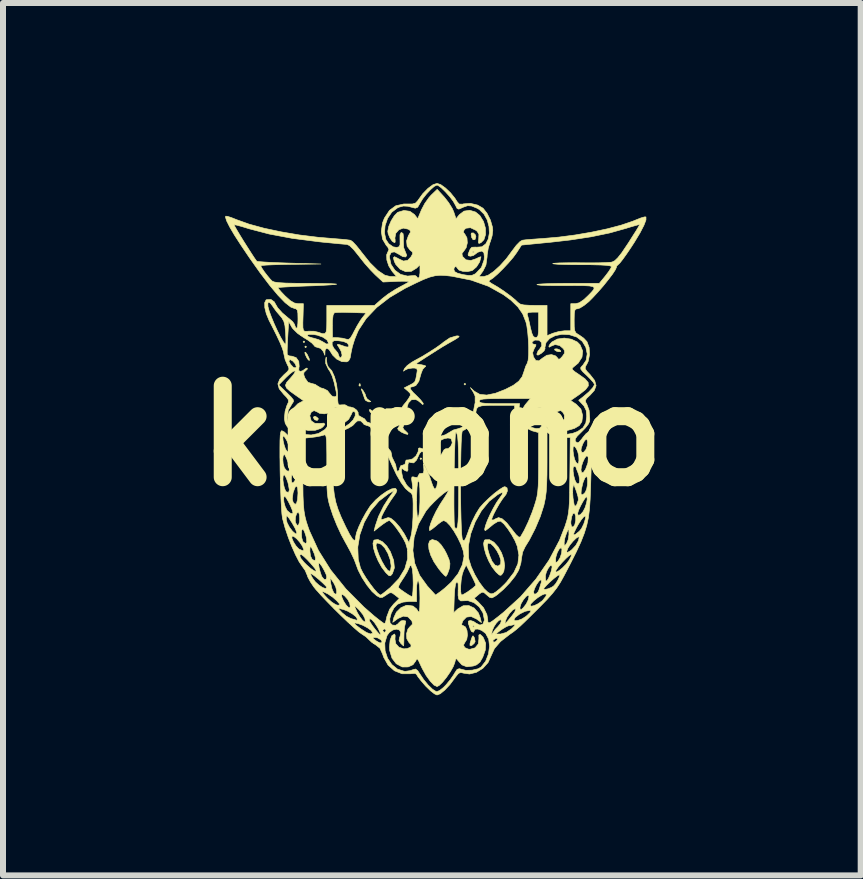
<source format=kicad_pcb>
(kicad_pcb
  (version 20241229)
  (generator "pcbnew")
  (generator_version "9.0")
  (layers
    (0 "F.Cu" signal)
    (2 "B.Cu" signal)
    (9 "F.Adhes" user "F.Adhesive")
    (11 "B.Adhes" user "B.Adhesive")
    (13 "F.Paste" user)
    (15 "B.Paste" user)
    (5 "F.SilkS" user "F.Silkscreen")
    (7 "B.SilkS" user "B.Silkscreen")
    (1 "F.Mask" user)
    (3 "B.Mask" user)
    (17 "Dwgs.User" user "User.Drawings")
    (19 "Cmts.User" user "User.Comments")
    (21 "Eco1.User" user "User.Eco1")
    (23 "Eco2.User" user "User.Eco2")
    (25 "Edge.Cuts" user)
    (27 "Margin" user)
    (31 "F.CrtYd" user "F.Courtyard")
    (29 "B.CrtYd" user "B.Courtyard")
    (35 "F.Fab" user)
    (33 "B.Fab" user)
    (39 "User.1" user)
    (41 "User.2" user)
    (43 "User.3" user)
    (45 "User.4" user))
  (footprint "kurono"
    (layer "F.Cu")
    (at 4.144 4.21)
    (property "Reference" "kurono" (at 0 0 0) (layer "F.SilkS") (effects (font (size 1.524 1.524) (thickness 0.3))))
    (attr through_hole)
    (fp_poly (pts (xy -2.117 -1.566) (xy -2.131 -1.552) (xy -2.145 -1.566) (xy -2.131 -1.58) (xy -2.117 -1.566)) (stroke (width 0.01) (type solid)) (fill yes) (layer "F.SilkS"))
    (fp_poly (pts (xy -2.088 -1.482) (xy -2.103 -1.468) (xy -2.117 -1.482) (xy -2.103 -1.496) (xy -2.088 -1.482)) (stroke (width 0.01) (type solid)) (fill yes) (layer "F.SilkS"))
    (fp_poly (pts (xy -0.169 0.381) (xy -0.183 0.395) (xy -0.198 0.381) (xy -0.183 0.367) (xy -0.169 0.381)) (stroke (width 0.01) (type solid)) (fill yes) (layer "F.SilkS"))
    (fp_poly (pts (xy 0.564 -0.861) (xy 0.55 -0.847) (xy 0.536 -0.861) (xy 0.55 -0.875) (xy 0.564 -0.861)) (stroke (width 0.01) (type solid)) (fill yes) (layer "F.SilkS"))
    (fp_poly (pts (xy -1.195 -0.865) (xy -1.191 -0.832) (xy -1.195 -0.828) (xy -1.212 -0.832) (xy -1.214 -0.847) (xy -1.203 -0.87) (xy -1.195 -0.865)) (stroke (width 0.01) (type solid)) (fill yes) (layer "F.SilkS"))
    (fp_poly (pts (xy -1.933 -0.321) (xy -1.896 -0.293) (xy -1.891 -0.279) (xy -1.91 -0.255) (xy -1.948 -0.266) (xy -1.957 -0.273) (xy -1.976 -0.31) (xy -1.952 -0.325) (xy -1.933 -0.321)) (stroke (width 0.01) (type solid)) (fill yes) (layer "F.SilkS"))
    (fp_poly (pts (xy 0.724 -3.35) (xy 0.734 -3.316) (xy 0.719 -3.269) (xy 0.687 -3.266) (xy 0.663 -3.304) (xy 0.654 -3.357) (xy 0.659 -3.378) (xy 0.692 -3.38) (xy 0.724 -3.35)) (stroke (width 0.01) (type solid)) (fill yes) (layer "F.SilkS"))
    (fp_poly (pts (xy 2.126 -1.434) (xy 2.148 -1.412) (xy 2.144 -1.402) (xy 2.11 -1.401) (xy 2.076 -1.41) (xy 2.044 -1.432) (xy 2.049 -1.447) (xy 2.085 -1.449) (xy 2.126 -1.434)) (stroke (width 0.01) (type solid)) (fill yes) (layer "F.SilkS"))
    (fp_poly (pts (xy 2.137 -0.301) (xy 2.109 -0.271) (xy 2.067 -0.258) (xy 2.036 -0.266) (xy 2.032 -0.277) (xy 2.056 -0.305) (xy 2.09 -0.319) (xy 2.133 -0.32) (xy 2.137 -0.301)) (stroke (width 0.01) (type solid)) (fill yes) (layer "F.SilkS"))
    (fp_poly (pts (xy -2.076 -1.355) (xy -2.071 -1.345) (xy -2.043 -1.284) (xy -2.04 -1.255) (xy -2.058 -1.265) (xy -2.082 -1.299) (xy -2.11 -1.358) (xy -2.116 -1.39) (xy -2.104 -1.393) (xy -2.076 -1.355)) (stroke (width 0.01) (type solid)) (fill yes) (layer "F.SilkS"))
    (fp_poly (pts (xy 0.706 3.36) (xy 0.71 3.367) (xy 0.721 3.428) (xy 0.704 3.459) (xy 0.662 3.495) (xy 0.635 3.492) (xy 0.636 3.457) (xy 0.662 3.374) (xy 0.678 3.336) (xy 0.69 3.334) (xy 0.706 3.36)) (stroke (width 0.01) (type solid)) (fill yes) (layer "F.SilkS"))
    (fp_poly (pts (xy -1.168 -0.78) (xy -1.143 -0.75) (xy -1.11 -0.693) (xy -1.101 -0.659) (xy -1.079 -0.617) (xy -1.051 -0.595) (xy -1.017 -0.572) (xy -1.033 -0.566) (xy -1.052 -0.565) (xy -1.102 -0.588) (xy -1.118 -0.614) (xy -1.14 -0.679) (xy -1.16 -0.734) (xy -1.176 -0.781) (xy -1.168 -0.78)) (stroke (width 0.01) (type solid)) (fill yes) (layer "F.SilkS"))
    (fp_poly (pts (xy 0.074 1.747) (xy 0.102 1.763) (xy 0.153 1.815) (xy 0.21 1.898) (xy 0.246 1.967) (xy 0.286 2.06) (xy 0.301 2.126) (xy 0.297 2.186) (xy 0.285 2.233) (xy 0.26 2.301) (xy 0.237 2.339) (xy 0.232 2.341) (xy 0.205 2.32) (xy 0.156 2.267) (xy 0.113 2.214) (xy 0.035 2.099) (xy -0.019 1.988) (xy -0.049 1.888) (xy -0.055 1.806) (xy -0.037 1.751) (xy 0.006 1.728) (xy 0.074 1.747)) (stroke (width 0.01) (type solid)) (fill yes) (layer "F.SilkS"))
    (fp_poly (pts (xy 1.035 1.774) (xy 1.103 1.85) (xy 1.16 1.948) (xy 1.198 2.056) (xy 1.213 2.163) (xy 1.199 2.256) (xy 1.178 2.296) (xy 1.151 2.324) (xy 1.123 2.319) (xy 1.077 2.277) (xy 1.066 2.266) (xy 1.003 2.185) (xy 0.947 2.084) (xy 0.902 1.977) (xy 0.873 1.876) (xy 0.866 1.827) (xy 0.924 1.827) (xy 0.934 1.899) (xy 0.961 1.991) (xy 1.001 2.087) (xy 1.006 2.095) (xy 1.053 2.155) (xy 1.102 2.171) (xy 1.142 2.142) (xy 1.147 2.129) (xy 1.149 2.07) (xy 1.124 1.994) (xy 1.082 1.913) (xy 1.031 1.843) (xy 0.981 1.796) (xy 0.939 1.788) (xy 0.935 1.79) (xy 0.924 1.827) (xy 0.866 1.827) (xy 0.862 1.793) (xy 0.875 1.741) (xy 0.888 1.732) (xy 0.961 1.731) (xy 1.035 1.774)) (stroke (width 0.01) (type solid)) (fill yes) (layer "F.SilkS"))
    (fp_poly (pts (xy -0.824 1.764) (xy -0.751 1.836) (xy -0.692 1.928) (xy -0.636 2.075) (xy -0.624 2.2) (xy -0.657 2.296) (xy -0.66 2.3) (xy -0.688 2.332) (xy -0.714 2.33) (xy -0.757 2.29) (xy -0.77 2.276) (xy -0.835 2.19) (xy -0.893 2.086) (xy -0.94 1.976) (xy -0.971 1.874) (xy -0.976 1.831) (xy -0.93 1.831) (xy -0.911 1.904) (xy -0.876 1.997) (xy -0.831 2.093) (xy -0.782 2.178) (xy -0.737 2.238) (xy -0.705 2.258) (xy -0.686 2.233) (xy -0.678 2.173) (xy -0.678 2.166) (xy -0.693 2.066) (xy -0.732 1.959) (xy -0.785 1.867) (xy -0.842 1.809) (xy -0.847 1.806) (xy -0.899 1.787) (xy -0.924 1.79) (xy -0.93 1.831) (xy -0.976 1.831) (xy -0.981 1.791) (xy -0.966 1.741) (xy -0.96 1.736) (xy -0.898 1.728) (xy -0.824 1.764)) (stroke (width 0.01) (type solid)) (fill yes) (layer "F.SilkS"))
    (fp_poly (pts (xy 0.455 -1.659) (xy 0.441 -1.639) (xy 0.38 -1.6) (xy 0.353 -1.585) (xy 0.263 -1.534) (xy 0.18 -1.485) (xy 0.089 -1.428) (xy -0.026 -1.355) (xy -0.115 -1.298) (xy -0.268 -1.199) (xy -0.169 -1.183) (xy -0.11 -1.169) (xy -0.102 -1.155) (xy -0.117 -1.146) (xy -0.153 -1.106) (xy -0.18 -1.036) (xy -0.183 -1.025) (xy -0.217 -0.907) (xy -0.267 -0.837) (xy -0.317 -0.818) (xy -0.358 -0.81) (xy -0.358 -0.78) (xy -0.315 -0.726) (xy -0.254 -0.667) (xy -0.191 -0.603) (xy -0.15 -0.551) (xy -0.141 -0.53) (xy -0.155 -0.521) (xy -0.176 -0.542) (xy -0.233 -0.588) (xy -0.27 -0.604) (xy -0.339 -0.601) (xy -0.391 -0.547) (xy -0.421 -0.449) (xy -0.427 -0.372) (xy -0.436 -0.278) (xy -0.454 -0.203) (xy -0.466 -0.178) (xy -0.484 -0.137) (xy -0.461 -0.099) (xy -0.441 -0.082) (xy -0.398 -0.039) (xy -0.402 -0.023) (xy -0.447 -0.034) (xy -0.503 -0.059) (xy -0.556 -0.095) (xy -0.57 -0.121) (xy -0.566 -0.126) (xy -0.538 -0.17) (xy -0.559 -0.233) (xy -0.614 -0.295) (xy -0.694 -0.353) (xy -0.773 -0.363) (xy -0.859 -0.334) (xy -0.921 -0.317) (xy -0.971 -0.339) (xy -0.988 -0.353) (xy -1.03 -0.4) (xy -1.044 -0.432) (xy -1.027 -0.438) (xy -0.993 -0.414) (xy -0.935 -0.373) (xy -0.888 -0.378) (xy -0.847 -0.409) (xy -0.759 -0.451) (xy -0.633 -0.451) (xy -0.568 -0.439) (xy -0.503 -0.43) (xy -0.489 -0.444) (xy -0.491 -0.446) (xy -0.489 -0.488) (xy -0.471 -0.513) (xy -0.428 -0.564) (xy -0.387 -0.622) (xy -0.357 -0.675) (xy -0.363 -0.71) (xy -0.4 -0.746) (xy -0.461 -0.798) (xy -0.379 -0.84) (xy -0.316 -0.873) (xy -0.284 -0.901) (xy -0.268 -0.944) (xy -0.254 -1.015) (xy -0.243 -1.087) (xy -0.252 -1.12) (xy -0.29 -1.129) (xy -0.323 -1.129) (xy -0.398 -1.118) (xy -0.449 -1.094) (xy -0.472 -1.076) (xy -0.465 -1.099) (xy -0.454 -1.122) (xy -0.411 -1.17) (xy -0.336 -1.225) (xy -0.276 -1.259) (xy -0.166 -1.319) (xy -0.046 -1.392) (xy 0.069 -1.466) (xy 0.161 -1.532) (xy 0.198 -1.562) (xy 0.299 -1.631) (xy 0.405 -1.663) (xy 0.429 -1.665) (xy 0.455 -1.659)) (stroke (width 0.01) (type solid)) (fill yes) (layer "F.SilkS"))
    (fp_poly (pts (xy 0.149 -4.184) (xy 0.228 -4.127) (xy 0.311 -4.048) (xy 0.384 -3.958) (xy 0.42 -3.901) (xy 0.455 -3.861) (xy 0.509 -3.859) (xy 0.529 -3.864) (xy 0.643 -3.872) (xy 0.762 -3.844) (xy 0.853 -3.791) (xy 0.919 -3.707) (xy 0.976 -3.593) (xy 1.01 -3.475) (xy 1.015 -3.421) (xy 1.004 -3.332) (xy 0.975 -3.236) (xy 0.969 -3.223) (xy 0.94 -3.129) (xy 0.922 -3.016) (xy 0.92 -2.977) (xy 0.901 -2.844) (xy 0.852 -2.745) (xy 0.786 -2.653) (xy 0.867 -2.653) (xy 0.939 -2.676) (xy 1.031 -2.738) (xy 1.135 -2.833) (xy 1.241 -2.95) (xy 1.339 -3.083) (xy 1.343 -3.088) (xy 1.407 -3.173) (xy 1.467 -3.234) (xy 1.507 -3.258) (xy 1.56 -3.265) (xy 1.654 -3.273) (xy 1.773 -3.282) (xy 1.849 -3.287) (xy 2.114 -3.31) (xy 2.39 -3.346) (xy 2.663 -3.393) (xy 2.922 -3.448) (xy 3.153 -3.509) (xy 3.345 -3.574) (xy 3.401 -3.597) (xy 3.484 -3.63) (xy 3.545 -3.647) (xy 3.567 -3.646) (xy 3.567 -3.596) (xy 3.533 -3.507) (xy 3.468 -3.381) (xy 3.373 -3.223) (xy 3.319 -3.14) (xy 3.244 -3.029) (xy 3.178 -2.937) (xy 3.129 -2.875) (xy 3.103 -2.851) (xy 3.102 -2.85) (xy 3.079 -2.828) (xy 3.076 -2.81) (xy 3.058 -2.768) (xy 3.01 -2.694) (xy 2.939 -2.601) (xy 2.855 -2.496) (xy 2.764 -2.392) (xy 2.676 -2.297) (xy 2.614 -2.235) (xy 2.536 -2.172) (xy 2.467 -2.129) (xy 2.428 -2.117) (xy 2.398 -2.111) (xy 2.381 -2.088) (xy 2.373 -2.034) (xy 2.371 -1.937) (xy 2.371 -1.92) (xy 2.372 -1.816) (xy 2.38 -1.753) (xy 2.399 -1.716) (xy 2.435 -1.69) (xy 2.455 -1.679) (xy 2.529 -1.627) (xy 2.584 -1.568) (xy 2.62 -1.471) (xy 2.627 -1.353) (xy 2.605 -1.242) (xy 2.583 -1.196) (xy 2.557 -1.151) (xy 2.555 -1.116) (xy 2.583 -1.075) (xy 2.636 -1.019) (xy 2.712 -0.922) (xy 2.736 -0.836) (xy 2.706 -0.755) (xy 2.638 -0.68) (xy 2.579 -0.625) (xy 2.557 -0.588) (xy 2.566 -0.553) (xy 2.581 -0.528) (xy 2.62 -0.423) (xy 2.631 -0.279) (xy 2.629 -0.242) (xy 2.607 -0.195) (xy 2.554 -0.127) (xy 2.494 -0.066) (xy 2.423 0.004) (xy 2.39 0.05) (xy 2.388 0.082) (xy 2.398 0.098) (xy 2.424 0.117) (xy 2.453 0.104) (xy 2.498 0.052) (xy 2.516 0.027) (xy 2.568 -0.035) (xy 2.611 -0.068) (xy 2.626 -0.07) (xy 2.64 -0.035) (xy 2.65 0.04) (xy 2.653 0.136) (xy 2.653 0.239) (xy 2.654 0.323) (xy 2.656 0.367) (xy 2.656 0.408) (xy 2.654 0.496) (xy 2.652 0.618) (xy 2.647 0.766) (xy 2.644 0.868) (xy 2.637 1.059) (xy 2.626 1.22) (xy 2.608 1.362) (xy 2.58 1.493) (xy 2.539 1.625) (xy 2.483 1.768) (xy 2.408 1.93) (xy 2.311 2.123) (xy 2.201 2.334) (xy 2.142 2.44) (xy 2.081 2.534) (xy 2.009 2.626) (xy 1.917 2.729) (xy 1.794 2.855) (xy 1.764 2.885) (xy 1.636 3.012) (xy 1.54 3.106) (xy 1.467 3.175) (xy 1.408 3.226) (xy 1.356 3.267) (xy 1.301 3.305) (xy 1.298 3.307) (xy 1.144 3.427) (xy 1.042 3.545) (xy 0.99 3.659) (xy 0.936 3.778) (xy 0.849 3.874) (xy 0.742 3.94) (xy 0.628 3.968) (xy 0.53 3.954) (xy 0.481 3.942) (xy 0.443 3.958) (xy 0.4 4.011) (xy 0.386 4.03) (xy 0.301 4.144) (xy 0.216 4.235) (xy 0.14 4.297) (xy 0.086 4.318) (xy 0.043 4.298) (xy -0.024 4.246) (xy -0.1 4.172) (xy -0.11 4.161) (xy -0.179 4.081) (xy -0.23 4.016) (xy -0.254 3.977) (xy -0.254 3.974) (xy -0.279 3.958) (xy -0.347 3.962) (xy -0.355 3.964) (xy -0.496 3.964) (xy -0.623 3.914) (xy -0.729 3.82) (xy -0.803 3.688) (xy -0.819 3.64) (xy -0.864 3.54) (xy -0.931 3.486) (xy -0.983 3.452) (xy -0.784 3.452) (xy -0.779 3.581) (xy -0.738 3.705) (xy -0.667 3.81) (xy -0.572 3.887) (xy -0.461 3.922) (xy -0.438 3.923) (xy -0.36 3.912) (xy -0.311 3.895) (xy -0.271 3.885) (xy -0.236 3.912) (xy -0.205 3.959) (xy -0.137 4.06) (xy -0.062 4.151) (xy 0.01 4.221) (xy 0.068 4.258) (xy 0.084 4.262) (xy 0.131 4.242) (xy 0.195 4.191) (xy 0.235 4.15) (xy 0.304 4.067) (xy 0.362 3.983) (xy 0.381 3.951) (xy 0.421 3.891) (xy 0.458 3.879) (xy 0.475 3.884) (xy 0.565 3.907) (xy 0.672 3.904) (xy 0.77 3.881) (xy 0.82 3.852) (xy 0.896 3.755) (xy 0.943 3.635) (xy 0.961 3.508) (xy 0.951 3.42) (xy 1.016 3.42) (xy 1.033 3.439) (xy 1.066 3.427) (xy 1.093 3.394) (xy 1.094 3.392) (xy 1.085 3.371) (xy 1.061 3.376) (xy 1.022 3.404) (xy 1.016 3.42) (xy 0.951 3.42) (xy 0.947 3.389) (xy 0.906 3.31) (xy 0.995 3.31) (xy 1.002 3.309) (xy 1.006 3.302) (xy 1.061 3.302) (xy 1.146 3.302) (xy 1.239 3.276) (xy 1.328 3.215) (xy 1.376 3.167) (xy 1.386 3.144) (xy 1.374 3.145) (xy 1.312 3.159) (xy 1.287 3.161) (xy 1.244 3.177) (xy 1.179 3.216) (xy 1.157 3.231) (xy 1.061 3.302) (xy 1.006 3.302) (xy 1.013 3.288) (xy 1.055 3.226) (xy 1.098 3.182) (xy 1.143 3.128) (xy 1.146 3.119) (xy 1.218 3.119) (xy 1.227 3.123) (xy 1.261 3.087) (xy 1.277 3.068) (xy 1.368 3.068) (xy 1.391 3.081) (xy 1.439 3.074) (xy 1.502 3.05) (xy 1.565 3.01) (xy 1.587 2.992) (xy 1.64 2.94) (xy 1.651 2.914) (xy 1.628 2.908) (xy 1.553 2.924) (xy 1.466 2.967) (xy 1.394 3.021) (xy 1.384 3.032) (xy 1.368 3.068) (xy 1.277 3.068) (xy 1.282 3.062) (xy 1.338 2.994) (xy 1.38 2.936) (xy 1.384 2.928) (xy 1.398 2.889) (xy 1.389 2.879) (xy 1.347 2.901) (xy 1.296 2.956) (xy 1.251 3.024) (xy 1.229 3.076) (xy 1.218 3.119) (xy 1.146 3.119) (xy 1.157 3.084) (xy 1.145 3.062) (xy 1.114 3.078) (xy 1.074 3.12) (xy 1.036 3.178) (xy 1.008 3.24) (xy 1.003 3.26) (xy 0.995 3.31) (xy 0.906 3.31) (xy 0.899 3.296) (xy 0.89 3.287) (xy 0.83 3.242) (xy 0.768 3.219) (xy 0.721 3.221) (xy 0.706 3.246) (xy 0.692 3.273) (xy 0.663 3.262) (xy 0.641 3.224) (xy 0.625 3.175) (xy 0.677 3.175) (xy 0.691 3.189) (xy 0.706 3.175) (xy 0.691 3.161) (xy 0.677 3.175) (xy 0.625 3.175) (xy 0.618 3.153) (xy 0.607 3.126) (xy 0.608 3.087) (xy 0.642 3.076) (xy 0.696 3.093) (xy 0.738 3.122) (xy 0.801 3.153) (xy 0.851 3.135) (xy 0.875 3.072) (xy 0.875 3.062) (xy 0.851 2.948) (xy 0.789 2.85) (xy 0.701 2.779) (xy 0.599 2.745) (xy 0.535 2.748) (xy 0.481 2.75) (xy 0.449 2.723) (xy 0.445 2.702) (xy 0.708 2.702) (xy 0.72 2.721) (xy 0.764 2.761) (xy 0.772 2.768) (xy 0.861 2.864) (xy 0.917 2.978) (xy 0.931 3.062) (xy 0.933 3.099) (xy 0.943 3.116) (xy 0.969 3.111) (xy 1.017 3.08) (xy 1.096 3.019) (xy 1.192 2.942) (xy 1.283 2.859) (xy 1.468 2.859) (xy 1.471 2.897) (xy 1.491 2.893) (xy 1.522 2.866) (xy 1.556 2.823) (xy 1.637 2.823) (xy 1.657 2.839) (xy 1.707 2.828) (xy 1.771 2.797) (xy 1.834 2.752) (xy 1.851 2.735) (xy 1.901 2.672) (xy 1.909 2.637) (xy 1.875 2.635) (xy 1.83 2.654) (xy 1.764 2.696) (xy 1.699 2.748) (xy 1.651 2.797) (xy 1.637 2.823) (xy 1.556 2.823) (xy 1.572 2.802) (xy 1.605 2.735) (xy 1.618 2.678) (xy 1.61 2.653) (xy 1.609 2.653) (xy 1.57 2.676) (xy 1.525 2.731) (xy 1.486 2.797) (xy 1.468 2.855) (xy 1.468 2.859) (xy 1.283 2.859) (xy 1.477 2.682) (xy 1.542 2.607) (xy 1.693 2.607) (xy 1.707 2.638) (xy 1.738 2.632) (xy 1.772 2.596) (xy 1.789 2.555) (xy 1.791 2.55) (xy 1.863 2.55) (xy 1.884 2.56) (xy 1.935 2.549) (xy 1.993 2.525) (xy 2.027 2.503) (xy 2.063 2.463) (xy 2.098 2.406) (xy 2.123 2.352) (xy 2.13 2.318) (xy 2.124 2.314) (xy 2.091 2.332) (xy 2.034 2.376) (xy 1.968 2.434) (xy 1.909 2.492) (xy 1.87 2.536) (xy 1.863 2.55) (xy 1.791 2.55) (xy 1.81 2.483) (xy 1.823 2.444) (xy 1.826 2.406) (xy 1.815 2.399) (xy 1.784 2.422) (xy 1.745 2.477) (xy 1.711 2.544) (xy 1.694 2.601) (xy 1.693 2.607) (xy 1.542 2.607) (xy 1.732 2.389) (xy 1.762 2.346) (xy 1.891 2.346) (xy 1.896 2.41) (xy 1.913 2.42) (xy 1.942 2.376) (xy 1.963 2.329) (xy 1.987 2.261) (xy 2.06 2.261) (xy 2.077 2.27) (xy 2.119 2.246) (xy 2.176 2.2) (xy 2.235 2.14) (xy 2.284 2.076) (xy 2.29 2.067) (xy 2.32 2.01) (xy 2.325 1.978) (xy 2.321 1.976) (xy 2.286 1.996) (xy 2.231 2.046) (xy 2.167 2.113) (xy 2.109 2.181) (xy 2.07 2.237) (xy 2.06 2.261) (xy 1.987 2.261) (xy 1.99 2.251) (xy 2.003 2.187) (xy 2.003 2.181) (xy 1.992 2.155) (xy 1.967 2.169) (xy 1.937 2.21) (xy 1.909 2.265) (xy 1.893 2.324) (xy 1.891 2.346) (xy 1.762 2.346) (xy 1.95 2.074) (xy 1.954 2.068) (xy 2.06 2.068) (xy 2.065 2.109) (xy 2.088 2.101) (xy 2.102 2.087) (xy 2.137 2.03) (xy 2.162 1.954) (xy 2.164 1.928) (xy 2.245 1.928) (xy 2.259 1.944) (xy 2.308 1.916) (xy 2.332 1.897) (xy 2.398 1.826) (xy 2.443 1.745) (xy 2.455 1.69) (xy 2.44 1.682) (xy 2.402 1.707) (xy 2.353 1.755) (xy 2.303 1.815) (xy 2.268 1.87) (xy 2.245 1.928) (xy 2.164 1.928) (xy 2.167 1.891) (xy 2.155 1.863) (xy 2.153 1.863) (xy 2.121 1.887) (xy 2.089 1.946) (xy 2.066 2.019) (xy 2.06 2.068) (xy 1.954 2.068) (xy 2.107 1.778) (xy 2.204 1.778) (xy 2.206 1.827) (xy 2.221 1.823) (xy 2.245 1.794) (xy 2.272 1.728) (xy 2.284 1.646) (xy 2.358 1.646) (xy 2.369 1.651) (xy 2.398 1.638) (xy 2.458 1.589) (xy 2.494 1.544) (xy 2.531 1.468) (xy 2.553 1.399) (xy 2.563 1.345) (xy 2.552 1.336) (xy 2.525 1.355) (xy 2.487 1.402) (xy 2.438 1.478) (xy 2.409 1.531) (xy 2.371 1.609) (xy 2.358 1.646) (xy 2.284 1.646) (xy 2.284 1.644) (xy 2.284 1.639) (xy 2.281 1.538) (xy 2.243 1.623) (xy 2.215 1.706) (xy 2.204 1.778) (xy 2.107 1.778) (xy 2.124 1.747) (xy 2.217 1.51) (xy 2.233 1.46) (xy 2.315 1.46) (xy 2.327 1.513) (xy 2.355 1.519) (xy 2.382 1.479) (xy 2.397 1.408) (xy 2.396 1.337) (xy 2.382 1.299) (xy 2.427 1.299) (xy 2.442 1.326) (xy 2.476 1.312) (xy 2.519 1.263) (xy 2.552 1.198) (xy 2.576 1.124) (xy 2.588 1.059) (xy 2.584 1.02) (xy 2.576 1.016) (xy 2.552 1.039) (xy 2.516 1.096) (xy 2.476 1.17) (xy 2.444 1.241) (xy 2.428 1.293) (xy 2.427 1.299) (xy 2.382 1.299) (xy 2.378 1.29) (xy 2.374 1.286) (xy 2.35 1.297) (xy 2.329 1.348) (xy 2.316 1.426) (xy 2.315 1.46) (xy 2.233 1.46) (xy 2.242 1.433) (xy 2.261 1.365) (xy 2.274 1.294) (xy 2.284 1.213) (xy 2.291 1.11) (xy 2.295 0.977) (xy 2.295 0.942) (xy 2.346 0.942) (xy 2.352 1.036) (xy 2.357 1.069) (xy 2.37 1.145) (xy 2.383 1.173) (xy 2.402 1.162) (xy 2.415 1.145) (xy 2.441 1.069) (xy 2.436 1.018) (xy 2.42 0.962) (xy 2.485 0.962) (xy 2.501 0.986) (xy 2.538 0.962) (xy 2.557 0.938) (xy 2.579 0.887) (xy 2.592 0.816) (xy 2.595 0.744) (xy 2.587 0.692) (xy 2.573 0.677) (xy 2.55 0.702) (xy 2.524 0.762) (xy 2.516 0.786) (xy 2.49 0.894) (xy 2.485 0.962) (xy 2.42 0.962) (xy 2.411 0.932) (xy 2.39 0.875) (xy 2.361 0.804) (xy 2.349 0.872) (xy 2.346 0.942) (xy 2.295 0.942) (xy 2.297 0.803) (xy 2.299 0.656) (xy 2.3 0.591) (xy 2.353 0.591) (xy 2.364 0.665) (xy 2.383 0.737) (xy 2.408 0.786) (xy 2.438 0.804) (xy 2.457 0.78) (xy 2.461 0.726) (xy 2.449 0.656) (xy 2.438 0.624) (xy 2.416 0.568) (xy 2.484 0.568) (xy 2.495 0.614) (xy 2.523 0.611) (xy 2.559 0.561) (xy 2.561 0.557) (xy 2.6 0.45) (xy 2.606 0.366) (xy 2.595 0.337) (xy 2.574 0.337) (xy 2.544 0.376) (xy 2.515 0.438) (xy 2.492 0.509) (xy 2.484 0.568) (xy 2.416 0.568) (xy 2.412 0.559) (xy 2.399 0.521) (xy 2.399 0.519) (xy 2.377 0.508) (xy 2.368 0.508) (xy 2.353 0.532) (xy 2.353 0.591) (xy 2.3 0.591) (xy 2.303 0.252) (xy 2.352 0.252) (xy 2.362 0.326) (xy 2.38 0.397) (xy 2.403 0.443) (xy 2.431 0.469) (xy 2.444 0.451) (xy 2.45 0.411) (xy 2.446 0.326) (xy 2.426 0.251) (xy 2.421 0.241) (xy 2.484 0.241) (xy 2.498 0.278) (xy 2.531 0.272) (xy 2.567 0.228) (xy 2.59 0.164) (xy 2.595 0.101) (xy 2.584 0.061) (xy 2.573 0.056) (xy 2.545 0.08) (xy 2.514 0.136) (xy 2.49 0.201) (xy 2.484 0.241) (xy 2.421 0.241) (xy 2.395 0.194) (xy 2.368 0.169) (xy 2.368 0.169) (xy 2.353 0.193) (xy 2.352 0.252) (xy 2.303 0.252) (xy 2.305 0.028) (xy 2.175 0.028) (xy 2.08 0.019) (xy 2 -0.006) (xy 1.982 -0.016) (xy 1.919 -0.06) (xy 1.919 0.445) (xy 1.918 0.648) (xy 1.913 0.807) (xy 1.905 0.932) (xy 1.892 1.037) (xy 1.872 1.132) (xy 1.865 1.163) (xy 1.806 1.346) (xy 1.722 1.545) (xy 1.625 1.734) (xy 1.554 1.849) (xy 1.513 1.936) (xy 1.495 2.031) (xy 1.495 2.032) (xy 1.483 2.121) (xy 1.452 2.222) (xy 1.44 2.25) (xy 1.384 2.342) (xy 1.297 2.45) (xy 1.194 2.557) (xy 1.09 2.647) (xy 1.051 2.674) (xy 1.002 2.7) (xy 0.964 2.692) (xy 0.916 2.652) (xy 0.867 2.61) (xy 0.834 2.605) (xy 0.791 2.634) (xy 0.783 2.641) (xy 0.734 2.682) (xy 0.708 2.702) (xy 0.445 2.702) (xy 0.437 2.659) (xy 0.438 2.579) (xy 0.479 2.579) (xy 0.487 2.637) (xy 0.499 2.653) (xy 0.532 2.638) (xy 0.594 2.601) (xy 0.626 2.578) (xy 0.69 2.531) (xy 0.728 2.496) (xy 0.733 2.487) (xy 0.721 2.454) (xy 0.69 2.387) (xy 0.652 2.31) (xy 0.572 2.151) (xy 0.526 2.248) (xy 0.505 2.313) (xy 0.489 2.401) (xy 0.481 2.495) (xy 0.479 2.579) (xy 0.438 2.579) (xy 0.439 2.548) (xy 0.439 2.544) (xy 0.438 2.463) (xy 0.422 2.434) (xy 0.414 2.435) (xy 0.395 2.469) (xy 0.382 2.555) (xy 0.373 2.687) (xy 0.373 2.696) (xy 0.365 2.947) (xy 0.431 2.885) (xy 0.522 2.831) (xy 0.617 2.828) (xy 0.705 2.869) (xy 0.775 2.95) (xy 0.806 3.031) (xy 0.826 3.112) (xy 0.745 3.052) (xy 0.655 3.01) (xy 0.577 3.02) (xy 0.519 3.079) (xy 0.512 3.093) (xy 0.495 3.143) (xy 0.51 3.16) (xy 0.52 3.161) (xy 0.561 3.185) (xy 0.586 3.245) (xy 0.593 3.321) (xy 0.581 3.394) (xy 0.55 3.443) (xy 0.527 3.487) (xy 0.549 3.528) (xy 0.606 3.553) (xy 0.636 3.556) (xy 0.72 3.532) (xy 0.773 3.468) (xy 0.784 3.382) (xy 0.783 3.319) (xy 0.804 3.307) (xy 0.846 3.346) (xy 0.859 3.365) (xy 0.897 3.457) (xy 0.891 3.568) (xy 0.848 3.688) (xy 0.801 3.77) (xy 0.744 3.816) (xy 0.69 3.835) (xy 0.583 3.848) (xy 0.501 3.816) (xy 0.442 3.751) (xy 0.412 3.714) (xy 0.397 3.721) (xy 0.382 3.777) (xy 0.382 3.779) (xy 0.355 3.848) (xy 0.305 3.935) (xy 0.243 4.025) (xy 0.179 4.104) (xy 0.122 4.159) (xy 0.087 4.177) (xy 0.036 4.153) (xy -0.027 4.087) (xy -0.096 3.992) (xy -0.16 3.877) (xy -0.182 3.831) (xy -0.219 3.751) (xy -0.241 3.717) (xy -0.256 3.723) (xy -0.267 3.749) (xy -0.314 3.813) (xy -0.394 3.85) (xy -0.488 3.851) (xy -0.496 3.849) (xy -0.593 3.797) (xy -0.664 3.704) (xy -0.702 3.579) (xy -0.706 3.517) (xy -0.695 3.404) (xy -0.666 3.33) (xy -0.622 3.302) (xy -0.62 3.302) (xy -0.611 3.326) (xy -0.614 3.384) (xy -0.615 3.384) (xy -0.601 3.463) (xy -0.548 3.522) (xy -0.468 3.549) (xy -0.409 3.544) (xy -0.35 3.518) (xy -0.346 3.481) (xy -0.381 3.443) (xy -0.417 3.381) (xy -0.422 3.298) (xy -0.399 3.22) (xy -0.364 3.179) (xy -0.324 3.139) (xy -0.33 3.093) (xy -0.336 3.081) (xy -0.396 3.017) (xy -0.474 3.004) (xy -0.564 3.043) (xy -0.569 3.047) (xy -0.651 3.107) (xy -0.633 3.028) (xy -0.59 2.937) (xy -0.516 2.864) (xy -0.428 2.825) (xy -0.401 2.823) (xy -0.314 2.836) (xy -0.255 2.883) (xy -0.231 2.921) (xy -0.216 2.937) (xy -0.207 2.918) (xy -0.201 2.857) (xy -0.199 2.749) (xy -0.198 2.704) (xy -0.201 2.583) (xy -0.208 2.486) (xy -0.219 2.426) (xy -0.226 2.413) (xy -0.242 2.428) (xy -0.252 2.495) (xy -0.254 2.578) (xy -0.254 2.761) (xy -0.375 2.759) (xy -0.483 2.771) (xy -0.572 2.806) (xy -0.573 2.807) (xy -0.631 2.868) (xy -0.677 2.956) (xy -0.701 3.048) (xy -0.696 3.116) (xy -0.658 3.153) (xy -0.603 3.157) (xy -0.559 3.128) (xy -0.554 3.119) (xy -0.516 3.084) (xy -0.478 3.076) (xy -0.435 3.085) (xy -0.439 3.12) (xy -0.441 3.126) (xy -0.454 3.18) (xy -0.463 3.269) (xy -0.465 3.337) (xy -0.466 3.424) (xy -0.468 3.483) (xy -0.471 3.5) (xy -0.492 3.482) (xy -0.519 3.456) (xy -0.547 3.411) (xy -0.536 3.355) (xy -0.53 3.343) (xy -0.517 3.275) (xy -0.541 3.234) (xy -0.59 3.221) (xy -0.65 3.235) (xy -0.71 3.277) (xy -0.747 3.329) (xy -0.784 3.452) (xy -0.983 3.452) (xy -1.001 3.44) (xy -1.05 3.394) (xy -1.083 3.362) (xy -0.98 3.362) (xy -0.977 3.377) (xy -0.932 3.413) (xy -0.875 3.447) (xy -0.837 3.45) (xy -0.831 3.426) (xy -0.849 3.398) (xy -0.903 3.366) (xy -0.942 3.359) (xy -0.98 3.362) (xy -1.083 3.362) (xy -1.102 3.345) (xy -1.164 3.304) (xy -1.215 3.268) (xy -1.295 3.199) (xy -1.376 3.124) (xy -1.292 3.124) (xy -1.263 3.155) (xy -1.188 3.212) (xy -1.181 3.217) (xy -1.089 3.276) (xy -1.023 3.301) (xy -0.99 3.29) (xy -0.988 3.277) (xy -1.011 3.242) (xy -1.071 3.199) (xy -1.149 3.157) (xy -1.217 3.132) (xy -1.276 3.118) (xy -1.292 3.124) (xy -1.376 3.124) (xy -1.397 3.106) (xy -1.512 2.996) (xy -1.631 2.879) (xy -1.638 2.871) (xy -1.566 2.871) (xy -1.497 2.946) (xy -1.424 3.006) (xy -1.344 3.046) (xy -1.342 3.046) (xy -1.28 3.064) (xy -1.249 3.074) (xy -1.249 3.074) (xy -1.242 3.055) (xy -1.242 3.05) (xy -1.265 3.013) (xy -1.324 2.966) (xy -1.4 2.922) (xy -1.476 2.892) (xy -1.483 2.891) (xy -1.566 2.871) (xy -1.638 2.871) (xy -1.745 2.762) (xy -1.848 2.654) (xy -1.899 2.596) (xy -1.825 2.596) (xy -1.819 2.614) (xy -1.781 2.661) (xy -1.736 2.709) (xy -1.665 2.772) (xy -1.6 2.813) (xy -1.57 2.822) (xy -1.536 2.819) (xy -1.538 2.8) (xy -1.577 2.755) (xy -1.583 2.749) (xy -1.65 2.689) (xy -1.708 2.65) (xy -1.505 2.65) (xy -1.498 2.691) (xy -1.472 2.75) (xy -1.434 2.811) (xy -1.416 2.832) (xy -1.38 2.866) (xy -1.364 2.857) (xy -1.36 2.841) (xy -1.284 2.841) (xy -1.278 2.865) (xy -1.24 2.948) (xy -1.197 3.019) (xy -1.156 3.072) (xy -1.124 3.099) (xy -1.108 3.092) (xy -1.111 3.069) (xy -1.044 3.069) (xy -1.029 3.103) (xy -0.992 3.16) (xy -0.943 3.225) (xy -0.896 3.281) (xy -0.862 3.314) (xy -0.852 3.317) (xy -0.858 3.288) (xy -0.877 3.246) (xy -0.818 3.246) (xy -0.797 3.273) (xy -0.79 3.274) (xy -0.763 3.252) (xy -0.762 3.246) (xy -0.783 3.218) (xy -0.79 3.217) (xy -0.818 3.239) (xy -0.818 3.246) (xy -0.877 3.246) (xy -0.885 3.227) (xy -0.907 3.186) (xy -0.956 3.111) (xy -1.001 3.062) (xy -1.033 3.047) (xy -1.044 3.069) (xy -1.111 3.069) (xy -1.114 3.046) (xy -1.116 3.041) (xy -1.147 2.98) (xy -1.203 2.909) (xy -1.218 2.893) (xy -1.267 2.846) (xy -1.284 2.841) (xy -1.36 2.841) (xy -1.36 2.84) (xy -1.369 2.787) (xy -1.402 2.725) (xy -1.449 2.671) (xy -1.488 2.641) (xy -1.505 2.65) (xy -1.708 2.65) (xy -1.728 2.636) (xy -1.797 2.602) (xy -1.825 2.596) (xy -1.899 2.596) (xy -1.929 2.564) (xy -1.969 2.514) (xy -2.025 2.43) (xy -2.067 2.351) (xy -2.078 2.318) (xy -2.087 2.297) (xy -2.021 2.297) (xy -2.012 2.326) (xy -1.986 2.373) (xy -1.94 2.434) (xy -1.88 2.488) (xy -1.821 2.527) (xy -1.773 2.544) (xy -1.75 2.53) (xy -1.75 2.525) (xy -1.769 2.499) (xy -1.819 2.45) (xy -1.882 2.393) (xy -1.947 2.34) (xy -1.996 2.304) (xy -1.998 2.303) (xy -2.021 2.297) (xy -2.087 2.297) (xy -2.11 2.243) (xy -2.16 2.173) (xy -2.211 2.098) (xy -2.266 1.992) (xy -2.202 1.992) (xy -2.185 2.038) (xy -2.13 2.106) (xy -2.087 2.149) (xy -2.017 2.211) (xy -1.962 2.248) (xy -1.93 2.259) (xy -1.93 2.239) (xy -1.949 2.208) (xy -2.005 2.14) (xy -1.886 2.14) (xy -1.878 2.197) (xy -1.86 2.268) (xy -1.839 2.331) (xy -1.83 2.349) (xy -1.794 2.392) (xy -1.762 2.391) (xy -1.751 2.357) (xy -1.698 2.357) (xy -1.683 2.465) (xy -1.664 2.548) (xy -1.636 2.611) (xy -1.631 2.618) (xy -1.6 2.641) (xy -1.585 2.623) (xy -1.586 2.577) (xy -1.602 2.516) (xy -1.634 2.452) (xy -1.637 2.447) (xy -1.698 2.357) (xy -1.751 2.357) (xy -1.75 2.353) (xy -1.762 2.307) (xy -1.793 2.241) (xy -1.831 2.174) (xy -1.866 2.128) (xy -1.881 2.117) (xy -1.886 2.14) (xy -2.005 2.14) (xy -2.008 2.137) (xy -2.073 2.066) (xy -2.132 2.009) (xy -2.172 1.978) (xy -2.179 1.976) (xy -2.202 1.992) (xy -2.266 1.992) (xy -2.271 1.983) (xy -2.297 1.923) (xy -2.032 1.923) (xy -2.021 2.004) (xy -1.993 2.06) (xy -1.955 2.077) (xy -1.943 2.072) (xy -1.938 2.039) (xy -1.954 1.976) (xy -1.963 1.954) (xy -1.999 1.873) (xy -2.02 1.843) (xy -2.03 1.863) (xy -2.032 1.923) (xy -2.297 1.923) (xy -2.334 1.84) (xy -2.386 1.707) (xy -2.331 1.707) (xy -2.306 1.766) (xy -2.266 1.83) (xy -2.222 1.879) (xy -2.208 1.889) (xy -2.15 1.915) (xy -2.132 1.903) (xy -2.152 1.849) (xy -2.155 1.841) (xy -2.2 1.773) (xy -2.252 1.714) (xy -2.301 1.676) (xy -2.331 1.672) (xy -2.331 1.707) (xy -2.386 1.707) (xy -2.394 1.685) (xy -2.446 1.531) (xy -2.484 1.391) (xy -2.485 1.388) (xy -2.426 1.388) (xy -2.411 1.449) (xy -2.372 1.523) (xy -2.321 1.59) (xy -2.273 1.631) (xy -2.255 1.637) (xy -2.254 1.633) (xy -2.173 1.633) (xy -2.167 1.7) (xy -2.151 1.755) (xy -2.14 1.771) (xy -2.101 1.796) (xy -2.083 1.771) (xy -2.089 1.702) (xy -2.098 1.666) (xy -2.122 1.595) (xy -2.144 1.556) (xy -2.151 1.552) (xy -2.168 1.576) (xy -2.173 1.633) (xy -2.254 1.633) (xy -2.25 1.615) (xy -2.269 1.56) (xy -2.283 1.531) (xy -2.329 1.449) (xy -2.351 1.416) (xy -2.276 1.416) (xy -2.269 1.451) (xy -2.242 1.493) (xy -2.219 1.484) (xy -2.204 1.43) (xy -2.201 1.383) (xy -2.207 1.312) (xy -2.221 1.273) (xy -2.226 1.27) (xy -2.252 1.294) (xy -2.271 1.351) (xy -2.276 1.416) (xy -2.351 1.416) (xy -2.374 1.379) (xy -2.382 1.369) (xy -2.413 1.332) (xy -2.424 1.342) (xy -2.426 1.388) (xy -2.485 1.388) (xy -2.489 1.37) (xy -2.498 1.301) (xy -2.506 1.185) (xy -2.514 1.04) (xy -2.47 1.04) (xy -2.464 1.106) (xy -2.443 1.181) (xy -2.412 1.242) (xy -2.406 1.249) (xy -2.359 1.288) (xy -2.324 1.298) (xy -2.314 1.282) (xy -2.325 1.238) (xy -2.353 1.171) (xy -2.389 1.098) (xy -2.415 1.053) (xy -2.325 1.053) (xy -2.31 1.109) (xy -2.279 1.142) (xy -2.254 1.124) (xy -2.237 1.06) (xy -2.23 0.954) (xy -2.23 0.951) (xy -2.236 0.866) (xy -2.253 0.835) (xy -2.279 0.859) (xy -2.308 0.937) (xy -2.312 0.95) (xy -2.325 1.053) (xy -2.415 1.053) (xy -2.424 1.037) (xy -2.45 1.004) (xy -2.456 1.002) (xy -2.47 1.04) (xy -2.514 1.04) (xy -2.514 1.033) (xy -2.521 0.856) (xy -2.524 0.732) (xy -2.481 0.732) (xy -2.472 0.806) (xy -2.454 0.877) (xy -2.432 0.926) (xy -2.423 0.934) (xy -2.386 0.942) (xy -2.374 0.901) (xy -2.39 0.811) (xy -2.399 0.774) (xy -2.418 0.721) (xy -2.342 0.721) (xy -2.333 0.778) (xy -2.311 0.785) (xy -2.282 0.747) (xy -2.259 0.684) (xy -2.235 0.583) (xy -2.233 0.526) (xy -2.252 0.508) (xy -2.253 0.508) (xy -2.283 0.532) (xy -2.314 0.592) (xy -2.336 0.667) (xy -2.342 0.721) (xy -2.418 0.721) (xy -2.426 0.7) (xy -2.452 0.655) (xy -2.463 0.649) (xy -2.478 0.673) (xy -2.481 0.732) (xy -2.524 0.732) (xy -2.526 0.664) (xy -2.528 0.572) (xy -2.53 0.393) (xy -2.483 0.393) (xy -2.477 0.464) (xy -2.459 0.528) (xy -2.454 0.538) (xy -2.418 0.582) (xy -2.385 0.591) (xy -2.371 0.561) (xy -2.379 0.503) (xy -2.4 0.43) (xy -2.404 0.419) (xy -2.336 0.419) (xy -2.321 0.447) (xy -2.312 0.446) (xy -2.275 0.411) (xy -2.254 0.365) (xy -2.239 0.283) (xy -2.232 0.213) (xy -2.234 0.158) (xy -2.249 0.151) (xy -2.271 0.17) (xy -2.301 0.219) (xy -2.323 0.288) (xy -2.336 0.361) (xy -2.336 0.419) (xy -2.404 0.419) (xy -2.426 0.361) (xy -2.451 0.317) (xy -2.46 0.31) (xy -2.477 0.334) (xy -2.483 0.393) (xy -2.53 0.393) (xy -2.531 0.358) (xy -2.531 0.195) (xy -2.53 0.076) (xy -2.527 0.023) (xy -2.483 0.023) (xy -2.478 0.08) (xy -2.462 0.15) (xy -2.44 0.215) (xy -2.421 0.247) (xy -2.392 0.275) (xy -2.379 0.252) (xy -2.376 0.232) (xy -2.383 0.167) (xy -2.411 0.089) (xy -2.412 0.087) (xy -2.446 0.029) (xy -2.472 0.000495) (xy -2.474 0) (xy -2.483 0.023) (xy -2.527 0.023) (xy -2.526 -0.006) (xy -2.519 -0.055) (xy -2.509 -0.08) (xy -2.499 -0.085) (xy -2.456 -0.063) (xy -2.402 -0.011) (xy -2.354 0.053) (xy -2.334 0.093) (xy -2.311 0.108) (xy -2.272 0.08) (xy -2.247 0.051) (xy -2.247 0.042) (xy -2.149 0.042) (xy -2.149 0.61) (xy -2.148 0.829) (xy -2.146 1.001) (xy -2.14 1.138) (xy -2.13 1.248) (xy -2.114 1.341) (xy -2.092 1.428) (xy -2.062 1.519) (xy -2.04 1.58) (xy -1.889 1.91) (xy -1.685 2.235) (xy -1.431 2.551) (xy -1.131 2.853) (xy -0.96 3.002) (xy -0.881 3.065) (xy -0.819 3.111) (xy -0.788 3.131) (xy -0.787 3.131) (xy -0.772 3.107) (xy -0.756 3.045) (xy -0.751 3.016) (xy -0.703 2.888) (xy -0.637 2.804) (xy -0.542 2.709) (xy -0.613 2.653) (xy -0.663 2.617) (xy -0.699 2.614) (xy -0.748 2.643) (xy -0.764 2.655) (xy -0.822 2.691) (xy -0.863 2.694) (xy -0.914 2.666) (xy -0.918 2.664) (xy -0.996 2.594) (xy -1.081 2.488) (xy -1.162 2.364) (xy -1.227 2.238) (xy -1.258 2.155) (xy -1.293 2.062) (xy -1.349 1.943) (xy -1.396 1.855) (xy -1.234 1.855) (xy -1.226 2.058) (xy -1.189 2.201) (xy -1.152 2.277) (xy -1.096 2.369) (xy -1.03 2.464) (xy -0.963 2.552) (xy -0.904 2.618) (xy -0.862 2.651) (xy -0.855 2.653) (xy -0.827 2.636) (xy -0.769 2.591) (xy -0.693 2.528) (xy -0.69 2.526) (xy -0.678 2.513) (xy -0.557 2.513) (xy -0.556 2.529) (xy -0.515 2.564) (xy -0.452 2.608) (xy -0.388 2.65) (xy -0.341 2.676) (xy -0.332 2.68) (xy -0.322 2.654) (xy -0.315 2.586) (xy -0.311 2.487) (xy -0.311 2.448) (xy -0.315 2.315) (xy -0.325 2.22) (xy -0.341 2.167) (xy -0.36 2.16) (xy -0.382 2.205) (xy -0.41 2.267) (xy -0.459 2.349) (xy -0.488 2.392) (xy -0.533 2.462) (xy -0.557 2.513) (xy -0.678 2.513) (xy -0.547 2.376) (xy -0.451 2.216) (xy -0.404 2.05) (xy -0.407 1.91) (xy -0.316 1.91) (xy -0.285 2.124) (xy -0.203 2.325) (xy -0.075 2.503) (xy 0.062 2.653) (xy 0.146 2.593) (xy 0.217 2.536) (xy 0.299 2.461) (xy 0.33 2.431) (xy 0.437 2.296) (xy 0.508 2.149) (xy 0.536 2.007) (xy 0.536 2.001) (xy 0.522 1.915) (xy 0.494 1.835) (xy 0.609 1.835) (xy 0.612 2.025) (xy 0.619 2.065) (xy 0.656 2.183) (xy 0.716 2.313) (xy 0.79 2.439) (xy 0.868 2.544) (xy 0.933 2.606) (xy 0.982 2.633) (xy 1.022 2.628) (xy 1.073 2.596) (xy 1.137 2.543) (xy 1.214 2.469) (xy 1.25 2.43) (xy 1.367 2.277) (xy 1.433 2.133) (xy 1.45 1.987) (xy 1.424 1.843) (xy 1.386 1.749) (xy 1.329 1.646) (xy 1.264 1.547) (xy 1.2 1.467) (xy 1.147 1.423) (xy 1.142 1.421) (xy 1.097 1.429) (xy 1.032 1.468) (xy 1.001 1.493) (xy 0.939 1.544) (xy 0.897 1.576) (xy 0.887 1.58) (xy 0.879 1.558) (xy 0.893 1.498) (xy 0.925 1.411) (xy 0.97 1.311) (xy 1.023 1.207) (xy 1.078 1.111) (xy 1.118 1.053) (xy 1.169 0.981) (xy 1.18 0.947) (xy 1.153 0.95) (xy 1.098 0.979) (xy 0.953 1.093) (xy 0.825 1.25) (xy 0.722 1.434) (xy 0.647 1.634) (xy 0.609 1.835) (xy 0.494 1.835) (xy 0.485 1.809) (xy 0.431 1.696) (xy 0.368 1.587) (xy 0.303 1.495) (xy 0.242 1.432) (xy 0.197 1.411) (xy 0.162 1.428) (xy 0.103 1.472) (xy 0.071 1.5) (xy 0.01 1.549) (xy -0.031 1.576) (xy -0.04 1.577) (xy -0.042 1.538) (xy -0.02 1.462) (xy 0.019 1.365) (xy 0.071 1.257) (xy 0.131 1.152) (xy 0.156 1.112) (xy 0.214 1.024) (xy 0.224 1.007) (xy 0.368 1.007) (xy 0.368 1.171) (xy 0.37 1.314) (xy 0.372 1.427) (xy 0.376 1.499) (xy 0.381 1.523) (xy 0.4 1.547) (xy 0.416 1.542) (xy 0.428 1.505) (xy 0.436 1.432) (xy 0.442 1.317) (xy 0.446 1.157) (xy 0.447 0.947) (xy 0.447 0.84) (xy 0.447 0.833) (xy 0.478 0.833) (xy 0.479 1.027) (xy 0.482 1.213) (xy 0.486 1.382) (xy 0.491 1.526) (xy 0.497 1.638) (xy 0.505 1.708) (xy 0.51 1.726) (xy 0.527 1.748) (xy 0.545 1.74) (xy 0.568 1.697) (xy 0.601 1.61) (xy 0.62 1.554) (xy 0.671 1.427) (xy 0.733 1.303) (xy 0.793 1.205) (xy 0.802 1.193) (xy 0.867 1.12) (xy 0.951 1.039) (xy 1.04 0.961) (xy 1.124 0.897) (xy 1.189 0.856) (xy 1.217 0.847) (xy 1.253 0.868) (xy 1.259 0.918) (xy 1.235 0.977) (xy 1.22 0.996) (xy 1.175 1.055) (xy 1.122 1.136) (xy 1.071 1.226) (xy 1.028 1.309) (xy 1.001 1.373) (xy 0.998 1.402) (xy 1.03 1.401) (xy 1.056 1.385) (xy 1.111 1.362) (xy 1.173 1.383) (xy 1.248 1.45) (xy 1.329 1.552) (xy 1.401 1.644) (xy 1.448 1.687) (xy 1.475 1.686) (xy 1.538 1.576) (xy 1.607 1.431) (xy 1.672 1.27) (xy 1.707 1.169) (xy 1.733 1.085) (xy 1.752 1.01) (xy 1.764 0.93) (xy 1.772 0.835) (xy 1.776 0.712) (xy 1.778 0.551) (xy 1.778 0.449) (xy 1.778 -0.054) (xy 1.671 -0.083) (xy 1.545 -0.143) (xy 1.449 -0.242) (xy 1.396 -0.366) (xy 1.391 -0.392) (xy 1.375 -0.508) (xy 1.072 -0.508) (xy 0.929 -0.507) (xy 0.834 -0.5) (xy 0.776 -0.484) (xy 0.746 -0.453) (xy 0.735 -0.405) (xy 0.734 -0.351) (xy 0.715 -0.296) (xy 0.669 -0.224) (xy 0.61 -0.155) (xy 0.551 -0.102) (xy 0.51 -0.085) (xy 0.502 -0.058) (xy 0.494 0.017) (xy 0.488 0.133) (xy 0.484 0.28) (xy 0.481 0.451) (xy 0.479 0.638) (xy 0.478 0.833) (xy 0.447 0.833) (xy 0.447 0.584) (xy 0.445 0.379) (xy 0.442 0.22) (xy 0.437 0.103) (xy 0.43 0.022) (xy 0.42 -0.028) (xy 0.409 -0.052) (xy 0.399 -0.056) (xy 0.393 -0.03) (xy 0.388 0.045) (xy 0.383 0.158) (xy 0.378 0.302) (xy 0.374 0.468) (xy 0.371 0.646) (xy 0.369 0.829) (xy 0.368 1.007) (xy 0.224 1.007) (xy 0.256 0.955) (xy 0.275 0.918) (xy 0.275 0.914) (xy 0.247 0.923) (xy 0.191 0.963) (xy 0.118 1.025) (xy 0.04 1.099) (xy -0.033 1.175) (xy -0.091 1.244) (xy -0.099 1.255) (xy -0.223 1.47) (xy -0.295 1.69) (xy -0.316 1.91) (xy -0.407 1.91) (xy -0.408 1.886) (xy -0.437 1.788) (xy -0.477 1.71) (xy -0.532 1.621) (xy -0.593 1.534) (xy -0.651 1.462) (xy -0.696 1.418) (xy -0.711 1.411) (xy -0.748 1.427) (xy -0.811 1.469) (xy -0.851 1.499) (xy -0.962 1.587) (xy -0.943 1.506) (xy -0.889 1.345) (xy -0.804 1.172) (xy -0.721 1.042) (xy -0.623 0.907) (xy -0.719 0.963) (xy -0.882 1.088) (xy -1.019 1.251) (xy -1.126 1.441) (xy -1.199 1.646) (xy -1.234 1.855) (xy -1.396 1.855) (xy -1.415 1.82) (xy -1.436 1.783) (xy -1.509 1.648) (xy -1.583 1.488) (xy -1.646 1.331) (xy -1.66 1.289) (xy -1.692 1.193) (xy -1.715 1.113) (xy -1.731 1.037) (xy -1.741 0.955) (xy -1.747 0.854) (xy -1.749 0.724) (xy -1.75 0.552) (xy -1.75 0.493) (xy -1.75 0.308) (xy -1.752 0.173) (xy -1.755 0.08) (xy -1.761 0.022) (xy -1.769 -0.007) (xy -1.782 -0.017) (xy -1.799 -0.012) (xy -1.855 0.003) (xy -1.942 0.019) (xy -1.999 0.026) (xy -2.149 0.042) (xy -2.247 0.042) (xy -2.247 0.022) (xy -2.278 -0.019) (xy -2.339 -0.078) (xy -2.408 -0.15) (xy -2.443 -0.209) (xy -2.455 -0.277) (xy -2.455 -0.307) (xy -2.445 -0.406) (xy -2.418 -0.496) (xy -2.412 -0.51) (xy -2.389 -0.561) (xy -2.39 -0.6) (xy -2.421 -0.643) (xy -2.469 -0.693) (xy -2.543 -0.784) (xy -2.56 -0.847) (xy -2.551 -0.847) (xy -2.416 -0.718) (xy -2.345 -0.647) (xy -2.309 -0.602) (xy -2.304 -0.571) (xy -2.323 -0.542) (xy -2.324 -0.541) (xy -2.392 -0.427) (xy -2.407 -0.3) (xy -2.396 -0.242) (xy -2.341 -0.141) (xy -2.25 -0.067) (xy -2.135 -0.024) (xy -2.01 -0.014) (xy -1.888 -0.039) (xy -1.86 -0.056) (xy -1.671 -0.056) (xy -1.658 0.459) (xy -1.651 0.674) (xy -1.641 0.845) (xy -1.624 0.986) (xy -1.599 1.109) (xy -1.562 1.226) (xy -1.512 1.351) (xy -1.444 1.496) (xy -1.434 1.517) (xy -1.368 1.645) (xy -1.319 1.722) (xy -1.288 1.746) (xy -1.272 1.721) (xy -1.27 1.686) (xy -1.256 1.617) (xy -1.217 1.516) (xy -1.163 1.4) (xy -1.099 1.283) (xy -1.035 1.182) (xy -1.012 1.152) (xy -0.934 1.067) (xy -0.843 0.989) (xy -0.752 0.925) (xy -0.672 0.885) (xy -0.615 0.874) (xy -0.601 0.88) (xy -0.583 0.909) (xy -0.597 0.951) (xy -0.63 0.999) (xy -0.69 1.084) (xy -0.75 1.18) (xy -0.802 1.272) (xy -0.837 1.343) (xy -0.847 1.378) (xy -0.833 1.396) (xy -0.785 1.382) (xy -0.775 1.377) (xy -0.727 1.362) (xy -0.685 1.373) (xy -0.63 1.417) (xy -0.608 1.438) (xy -0.533 1.524) (xy -0.464 1.626) (xy -0.447 1.656) (xy -0.381 1.78) (xy -0.348 1.673) (xy -0.334 1.599) (xy -0.322 1.487) (xy -0.314 1.354) (xy -0.313 1.268) (xy -0.312 1.134) (xy -0.314 1.081) (xy -0.254 1.081) (xy -0.251 1.228) (xy -0.245 1.32) (xy -0.235 1.359) (xy -0.226 1.355) (xy -0.214 1.31) (xy -0.205 1.223) (xy -0.199 1.107) (xy -0.198 1.021) (xy -0.2 0.88) (xy -0.208 0.788) (xy -0.22 0.749) (xy -0.226 0.748) (xy -0.238 0.782) (xy -0.247 0.862) (xy -0.252 0.977) (xy -0.254 1.081) (xy -0.314 1.081) (xy -0.315 1.046) (xy -0.324 0.992) (xy -0.339 0.96) (xy -0.365 0.94) (xy -0.375 0.934) (xy -0.439 0.879) (xy -0.512 0.78) (xy -0.589 0.648) (xy -0.661 0.494) (xy -0.673 0.466) (xy -0.734 0.331) (xy -0.789 0.245) (xy -0.842 0.204) (xy -0.874 0.198) (xy -0.942 0.174) (xy -0.98 0.103) (xy -0.988 0.025) (xy -0.996 -0.085) (xy -1.021 -0.147) (xy -1.068 -0.169) (xy -1.076 -0.169) (xy -1.129 -0.189) (xy -1.147 -0.212) (xy -1.185 -0.248) (xy -1.238 -0.249) (xy -1.279 -0.215) (xy -1.281 -0.21) (xy -1.318 -0.171) (xy -1.391 -0.127) (xy -1.48 -0.087) (xy -1.565 -0.062) (xy -1.605 -0.057) (xy -1.671 -0.056) (xy -1.86 -0.056) (xy -1.784 -0.103) (xy -1.768 -0.119) (xy -1.717 -0.189) (xy -1.7 -0.248) (xy -1.702 -0.254) (xy -1.69 -0.306) (xy -1.644 -0.337) (xy -1.579 -0.357) (xy -1.559 -0.343) (xy -1.583 -0.298) (xy -1.607 -0.269) (xy -1.656 -0.197) (xy -1.653 -0.146) (xy -1.602 -0.12) (xy -1.531 -0.122) (xy -1.447 -0.151) (xy -1.371 -0.203) (xy -1.311 -0.266) (xy -1.277 -0.331) (xy -1.276 -0.385) (xy -1.297 -0.409) (xy -1.323 -0.398) (xy -1.343 -0.353) (xy -1.387 -0.273) (xy -1.462 -0.215) (xy -1.532 -0.198) (xy -1.568 -0.202) (xy -1.557 -0.224) (xy -1.54 -0.242) (xy -1.504 -0.301) (xy -1.496 -0.339) (xy -1.513 -0.394) (xy -1.553 -0.449) (xy -1.597 -0.479) (xy -1.604 -0.48) (xy -1.632 -0.459) (xy -1.659 -0.423) (xy -1.712 -0.383) (xy -1.792 -0.366) (xy -1.871 -0.375) (xy -1.912 -0.399) (xy -1.962 -0.42) (xy -2.008 -0.396) (xy -2.032 -0.34) (xy -2.032 -0.329) (xy -2.01 -0.25) (xy -1.949 -0.208) (xy -1.863 -0.207) (xy -1.798 -0.211) (xy -1.782 -0.19) (xy -1.815 -0.149) (xy -1.849 -0.124) (xy -1.942 -0.092) (xy -2.058 -0.089) (xy -2.174 -0.114) (xy -2.266 -0.164) (xy -2.273 -0.17) (xy -2.331 -0.259) (xy -2.342 -0.359) (xy -2.309 -0.455) (xy -2.233 -0.533) (xy -2.211 -0.546) (xy -2.137 -0.584) (xy -2.262 -0.671) (xy -2.364 -0.744) (xy -2.422 -0.797) (xy -2.439 -0.842) (xy -2.419 -0.889) (xy -2.366 -0.95) (xy -2.358 -0.958) (xy -2.305 -1.02) (xy -2.277 -1.066) (xy -2.279 -1.082) (xy -2.311 -1.072) (xy -2.367 -1.03) (xy -2.428 -0.973) (xy -2.551 -0.847) (xy -2.56 -0.847) (xy -2.565 -0.865) (xy -2.533 -0.944) (xy -2.465 -1.016) (xy -2.404 -1.072) (xy -2.38 -1.109) (xy -2.387 -1.146) (xy -2.407 -1.184) (xy -2.433 -1.243) (xy -2.382 -1.243) (xy -2.355 -1.192) (xy -2.311 -1.144) (xy -2.274 -1.129) (xy -2.258 -1.151) (xy -2.258 -1.152) (xy -2.276 -1.199) (xy -2.316 -1.245) (xy -2.357 -1.268) (xy -2.367 -1.267) (xy -2.382 -1.243) (xy -2.433 -1.243) (xy -2.444 -1.269) (xy -2.464 -1.357) (xy -2.474 -1.407) (xy -2.479 -1.422) (xy -2.41 -1.422) (xy -2.409 -1.361) (xy -2.407 -1.348) (xy -2.373 -1.331) (xy -2.328 -1.326) (xy -2.26 -1.302) (xy -2.217 -1.24) (xy -2.21 -1.156) (xy -2.214 -1.14) (xy -2.217 -1.087) (xy -2.189 -1.072) (xy -2.141 -1.089) (xy -2.131 -1.101) (xy -2.09 -1.127) (xy -2.08 -1.128) (xy -2.072 -1.114) (xy -2.099 -1.087) (xy -2.132 -1.054) (xy -2.133 -1.014) (xy -2.113 -0.961) (xy -2.064 -0.892) (xy -2.013 -0.875) (xy -1.944 -0.857) (xy -1.912 -0.835) (xy -1.852 -0.799) (xy -1.804 -0.786) (xy -1.74 -0.754) (xy -1.708 -0.713) (xy -1.667 -0.664) (xy -1.628 -0.649) (xy -1.594 -0.658) (xy -1.587 -0.695) (xy -1.595 -0.741) (xy -1.628 -0.89) (xy -1.661 -0.996) (xy -1.697 -1.072) (xy -1.724 -1.111) (xy -1.768 -1.204) (xy -1.77 -1.263) (xy -1.762 -1.311) (xy -1.757 -1.308) (xy -1.754 -1.251) (xy -1.754 -1.25) (xy -1.743 -1.183) (xy -1.722 -1.143) (xy -1.721 -1.143) (xy -1.667 -1.083) (xy -1.621 -0.982) (xy -1.587 -0.856) (xy -1.571 -0.72) (xy -1.57 -0.696) (xy -1.568 -0.595) (xy -1.562 -0.538) (xy -1.547 -0.515) (xy -1.518 -0.514) (xy -1.503 -0.516) (xy -1.447 -0.517) (xy -1.423 -0.504) (xy -1.385 -0.483) (xy -1.355 -0.48) (xy -1.299 -0.463) (xy -1.25 -0.426) (xy -1.226 -0.383) (xy -1.229 -0.365) (xy -1.218 -0.337) (xy -1.173 -0.311) (xy -1.12 -0.282) (xy -1.101 -0.255) (xy -1.078 -0.228) (xy -1.062 -0.226) (xy -1.005 -0.201) (xy -0.965 -0.127) (xy -0.941 -0.003) (xy -0.927 0.082) (xy -0.909 0.125) (xy -0.877 0.14) (xy -0.857 0.141) (xy -0.793 0.16) (xy -0.729 0.205) (xy -0.683 0.26) (xy -0.672 0.306) (xy -0.664 0.355) (xy -0.637 0.41) (xy -0.603 0.481) (xy -0.593 0.535) (xy -0.581 0.582) (xy -0.564 0.593) (xy -0.557 0.585) (xy -0.508 0.585) (xy -0.484 0.706) (xy -0.421 0.818) (xy -0.396 0.846) (xy -0.346 0.891) (xy -0.322 0.893) (xy -0.32 0.848) (xy -0.328 0.787) (xy -0.338 0.715) (xy -0.331 0.685) (xy -0.302 0.685) (xy -0.286 0.69) (xy -0.239 0.695) (xy -0.226 0.664) (xy -0.205 0.629) (xy -0.176 0.627) (xy -0.142 0.621) (xy -0.133 0.579) (xy -0.134 0.55) (xy -0.142 0.466) (xy -0.099 0.536) (xy -0.067 0.604) (xy -0.03 0.7) (xy -0.012 0.755) (xy 0.016 0.834) (xy 0.042 0.882) (xy 0.055 0.89) (xy 0.082 0.845) (xy 0.096 0.763) (xy 0.097 0.659) (xy 0.086 0.553) (xy 0.072 0.494) (xy 0.047 0.414) (xy 0.032 0.361) (xy 0.029 0.348) (xy 0.051 0.351) (xy 0.081 0.358) (xy 0.128 0.351) (xy 0.167 0.297) (xy 0.172 0.287) (xy 0.203 0.233) (xy 0.231 0.215) (xy 0.233 0.216) (xy 0.273 0.213) (xy 0.314 0.176) (xy 0.338 0.123) (xy 0.339 0.111) (xy 0.326 0.059) (xy 0.312 0.043) (xy 0.266 0.036) (xy 0.205 0.048) (xy 0.155 0.07) (xy 0.141 0.091) (xy 0.122 0.125) (xy 0.074 0.18) (xy 0.052 0.202) (xy -0.018 0.256) (xy -0.079 0.272) (xy -0.114 0.268) (xy -0.176 0.265) (xy -0.207 0.298) (xy -0.208 0.302) (xy -0.255 0.404) (xy -0.302 0.451) (xy -0.347 0.447) (xy -0.384 0.437) (xy -0.397 0.472) (xy -0.398 0.485) (xy -0.4 0.545) (xy -0.398 0.572) (xy -0.411 0.592) (xy -0.449 0.579) (xy -0.474 0.559) (xy -0.5 0.544) (xy -0.508 0.578) (xy -0.508 0.585) (xy -0.557 0.585) (xy -0.541 0.569) (xy -0.536 0.539) (xy -0.516 0.496) (xy -0.487 0.49) (xy -0.447 0.473) (xy -0.442 0.443) (xy -0.429 0.404) (xy -0.385 0.401) (xy -0.322 0.385) (xy -0.264 0.334) (xy -0.229 0.267) (xy -0.226 0.242) (xy -0.222 0.208) (xy -0.201 0.201) (xy -0.145 0.219) (xy -0.134 0.223) (xy -0.082 0.233) (xy -0.031 0.211) (xy 0.023 0.165) (xy 0.079 0.105) (xy 0.11 0.053) (xy 0.113 0.041) (xy 0.136 0.007) (xy 0.166 0) (xy 0.224 -0.017) (xy 0.29 -0.056) (xy 0.359 -0.097) (xy 0.42 -0.113) (xy 0.491 -0.136) (xy 0.57 -0.194) (xy 0.639 -0.272) (xy 0.682 -0.354) (xy 0.687 -0.374) (xy 0.705 -0.473) (xy 0.722 -0.557) (xy 0.721 -0.579) (xy 0.79 -0.579) (xy 0.799 -0.56) (xy 0.83 -0.548) (xy 0.893 -0.541) (xy 0.996 -0.537) (xy 1.126 -0.536) (xy 1.462 -0.536) (xy 1.448 -0.43) (xy 1.449 -0.335) (xy 1.487 -0.257) (xy 1.494 -0.249) (xy 1.561 -0.19) (xy 1.649 -0.143) (xy 1.736 -0.12) (xy 1.793 -0.124) (xy 1.828 -0.161) (xy 1.83 -0.216) (xy 1.801 -0.26) (xy 1.792 -0.264) (xy 1.758 -0.302) (xy 1.75 -0.339) (xy 1.753 -0.378) (xy 1.772 -0.379) (xy 1.817 -0.347) (xy 1.866 -0.289) (xy 1.884 -0.231) (xy 1.908 -0.153) (xy 1.969 -0.08) (xy 2.049 -0.03) (xy 2.085 -0.02) (xy 2.211 -0.018) (xy 2.345 -0.041) (xy 2.429 -0.072) (xy 2.518 -0.134) (xy 2.565 -0.214) (xy 2.58 -0.323) (xy 2.571 -0.423) (xy 2.534 -0.497) (xy 2.514 -0.519) (xy 2.446 -0.592) (xy 2.524 -0.653) (xy 2.615 -0.731) (xy 2.68 -0.801) (xy 2.709 -0.851) (xy 2.709 -0.857) (xy 2.69 -0.89) (xy 2.64 -0.946) (xy 2.583 -1.003) (xy 2.514 -1.068) (xy 2.482 -1.109) (xy 2.48 -1.136) (xy 2.503 -1.164) (xy 2.512 -1.171) (xy 2.571 -1.259) (xy 2.588 -1.365) (xy 2.565 -1.475) (xy 2.507 -1.573) (xy 2.415 -1.644) (xy 2.411 -1.646) (xy 2.289 -1.685) (xy 2.167 -1.691) (xy 2.054 -1.668) (xy 1.962 -1.621) (xy 1.902 -1.553) (xy 1.883 -1.469) (xy 1.886 -1.45) (xy 1.869 -1.414) (xy 1.821 -1.372) (xy 1.77 -1.344) (xy 1.751 -1.35) (xy 1.75 -1.365) (xy 1.77 -1.415) (xy 1.792 -1.439) (xy 1.831 -1.497) (xy 1.826 -1.554) (xy 1.786 -1.592) (xy 1.722 -1.595) (xy 1.707 -1.591) (xy 1.669 -1.561) (xy 1.675 -1.533) (xy 1.708 -1.524) (xy 1.735 -1.518) (xy 1.729 -1.492) (xy 1.707 -1.457) (xy 1.679 -1.385) (xy 1.692 -1.316) (xy 1.732 -1.255) (xy 1.784 -1.249) (xy 1.848 -1.298) (xy 1.849 -1.298) (xy 1.915 -1.342) (xy 1.994 -1.353) (xy 2.062 -1.331) (xy 2.087 -1.305) (xy 2.111 -1.275) (xy 2.137 -1.283) (xy 2.174 -1.323) (xy 2.211 -1.376) (xy 2.21 -1.417) (xy 2.192 -1.45) (xy 2.13 -1.504) (xy 2.053 -1.52) (xy 1.988 -1.494) (xy 1.955 -1.476) (xy 1.949 -1.493) (xy 1.969 -1.529) (xy 1.999 -1.562) (xy 2.091 -1.612) (xy 2.206 -1.628) (xy 2.323 -1.61) (xy 2.423 -1.563) (xy 2.469 -1.516) (xy 2.513 -1.412) (xy 2.501 -1.309) (xy 2.437 -1.21) (xy 2.362 -1.148) (xy 2.337 -1.125) (xy 2.342 -1.102) (xy 2.383 -1.067) (xy 2.45 -1.022) (xy 2.552 -0.949) (xy 2.604 -0.889) (xy 2.607 -0.832) (xy 2.56 -0.769) (xy 2.463 -0.693) (xy 2.435 -0.673) (xy 2.312 -0.588) (xy 2.405 -0.526) (xy 2.483 -0.445) (xy 2.512 -0.34) (xy 2.499 -0.235) (xy 2.456 -0.171) (xy 2.375 -0.123) (xy 2.271 -0.093) (xy 2.16 -0.086) (xy 2.059 -0.104) (xy 2.01 -0.129) (xy 1.96 -0.174) (xy 1.95 -0.207) (xy 1.98 -0.217) (xy 2.006 -0.211) (xy 2.095 -0.202) (xy 2.166 -0.228) (xy 2.206 -0.28) (xy 2.207 -0.346) (xy 2.186 -0.387) (xy 2.149 -0.421) (xy 2.104 -0.41) (xy 2.091 -0.402) (xy 2.013 -0.373) (xy 1.933 -0.37) (xy 1.868 -0.39) (xy 1.835 -0.43) (xy 1.834 -0.44) (xy 1.817 -0.475) (xy 1.776 -0.474) (xy 1.728 -0.439) (xy 1.707 -0.413) (xy 1.681 -0.332) (xy 1.699 -0.256) (xy 1.734 -0.219) (xy 1.739 -0.202) (xy 1.712 -0.198) (xy 1.658 -0.218) (xy 1.592 -0.268) (xy 1.533 -0.331) (xy 1.499 -0.389) (xy 1.496 -0.405) (xy 1.513 -0.452) (xy 1.555 -0.517) (xy 1.569 -0.534) (xy 1.642 -0.621) (xy 1.216 -0.621) (xy 1.05 -0.62) (xy 0.932 -0.617) (xy 0.855 -0.612) (xy 0.811 -0.602) (xy 0.793 -0.589) (xy 0.79 -0.579) (xy 0.721 -0.579) (xy 0.721 -0.661) (xy 0.691 -0.727) (xy 0.641 -0.804) (xy 0.71 -0.741) (xy 0.8 -0.69) (xy 0.915 -0.679) (xy 1.06 -0.709) (xy 1.224 -0.773) (xy 1.358 -0.842) (xy 1.448 -0.91) (xy 1.505 -0.986) (xy 1.539 -1.083) (xy 1.54 -1.087) (xy 1.564 -1.16) (xy 1.589 -1.208) (xy 1.604 -1.257) (xy 1.612 -1.348) (xy 1.613 -1.465) (xy 1.608 -1.595) (xy 1.597 -1.723) (xy 1.582 -1.834) (xy 1.567 -1.896) (xy 1.514 -2.03) (xy 1.511 -2.035) (xy 1.587 -2.035) (xy 1.59 -2.019) (xy 1.604 -1.971) (xy 1.624 -1.887) (xy 1.641 -1.807) (xy 1.666 -1.709) (xy 1.69 -1.655) (xy 1.721 -1.637) (xy 1.727 -1.637) (xy 1.753 -1.644) (xy 1.769 -1.671) (xy 1.776 -1.731) (xy 1.778 -1.835) (xy 1.778 -1.849) (xy 1.778 -2.06) (xy 1.676 -2.06) (xy 1.609 -2.055) (xy 1.587 -2.035) (xy 1.511 -2.035) (xy 1.434 -2.146) (xy 1.319 -2.258) (xy 1.193 -2.351) (xy 0.943 -2.491) (xy 0.716 -2.572) (xy 0.949 -2.572) (xy 0.992 -2.539) (xy 1.016 -2.526) (xy 1.103 -2.475) (xy 1.205 -2.407) (xy 1.306 -2.333) (xy 1.389 -2.265) (xy 1.436 -2.22) (xy 1.471 -2.195) (xy 1.532 -2.18) (xy 1.632 -2.174) (xy 1.697 -2.173) (xy 1.919 -2.173) (xy 1.919 -1.668) (xy 2.017 -1.709) (xy 2.114 -1.737) (xy 2.212 -1.75) (xy 2.215 -1.75) (xy 2.314 -1.75) (xy 2.314 -2.201) (xy 2.393 -2.201) (xy 2.457 -2.217) (xy 2.534 -2.27) (xy 2.607 -2.339) (xy 2.661 -2.395) (xy 2.696 -2.437) (xy 2.704 -2.467) (xy 2.682 -2.486) (xy 2.623 -2.497) (xy 2.524 -2.502) (xy 2.378 -2.503) (xy 2.189 -2.502) (xy 2.039 -2.502) (xy 1.911 -2.504) (xy 1.814 -2.508) (xy 1.759 -2.515) (xy 1.75 -2.519) (xy 1.777 -2.526) (xy 1.851 -2.531) (xy 1.964 -2.536) (xy 2.107 -2.539) (xy 2.27 -2.54) (xy 2.79 -2.54) (xy 2.891 -2.663) (xy 2.946 -2.736) (xy 2.983 -2.794) (xy 2.992 -2.818) (xy 2.972 -2.831) (xy 2.911 -2.84) (xy 2.805 -2.846) (xy 2.649 -2.85) (xy 2.493 -2.85) (xy 2.334 -2.851) (xy 2.198 -2.854) (xy 2.094 -2.858) (xy 2.029 -2.864) (xy 2.013 -2.869) (xy 2.046 -2.875) (xy 2.126 -2.88) (xy 2.242 -2.882) (xy 2.385 -2.883) (xy 2.479 -2.882) (xy 2.638 -2.881) (xy 2.783 -2.882) (xy 2.9 -2.886) (xy 2.98 -2.891) (xy 3.003 -2.895) (xy 3.046 -2.916) (xy 3.097 -2.965) (xy 3.163 -3.048) (xy 3.247 -3.173) (xy 3.274 -3.213) (xy 3.346 -3.327) (xy 3.406 -3.421) (xy 3.446 -3.488) (xy 3.461 -3.518) (xy 3.461 -3.519) (xy 3.433 -3.514) (xy 3.365 -3.495) (xy 3.269 -3.467) (xy 3.239 -3.457) (xy 2.961 -3.379) (xy 2.652 -3.315) (xy 2.304 -3.262) (xy 1.982 -3.225) (xy 1.494 -3.177) (xy 1.411 -3.049) (xy 1.354 -2.971) (xy 1.274 -2.878) (xy 1.185 -2.783) (xy 1.097 -2.696) (xy 1.02 -2.629) (xy 0.966 -2.593) (xy 0.96 -2.59) (xy 0.949 -2.572) (xy 0.716 -2.572) (xy 0.653 -2.594) (xy 0.335 -2.658) (xy 0.227 -2.67) (xy 0.137 -2.674) (xy 0.053 -2.666) (xy -0.035 -2.644) (xy -0.139 -2.604) (xy -0.27 -2.543) (xy -0.439 -2.46) (xy -0.452 -2.453) (xy -0.702 -2.306) (xy -0.919 -2.138) (xy -1.093 -1.955) (xy -1.22 -1.763) (xy -1.237 -1.727) (xy -1.286 -1.608) (xy -1.324 -1.486) (xy -1.345 -1.388) (xy -1.361 -1.297) (xy -1.386 -1.249) (xy -1.419 -1.232) (xy -1.5 -1.236) (xy -1.585 -1.278) (xy -1.654 -1.346) (xy -1.671 -1.374) (xy -1.713 -1.438) (xy -1.751 -1.46) (xy -1.775 -1.437) (xy -1.78 -1.406) (xy -1.782 -1.341) (xy -1.807 -1.404) (xy -1.851 -1.456) (xy -1.891 -1.468) (xy -1.945 -1.485) (xy -1.965 -1.509) (xy -1.997 -1.544) (xy -2.063 -1.593) (xy -2.132 -1.635) (xy -2.191 -1.675) (xy -2.08 -1.675) (xy -2.059 -1.653) (xy -1.986 -1.63) (xy -1.967 -1.626) (xy -1.884 -1.601) (xy -1.818 -1.567) (xy -1.755 -1.529) (xy -1.724 -1.534) (xy -1.722 -1.548) (xy -1.728 -1.56) (xy -1.661 -1.56) (xy -1.66 -1.51) (xy -1.63 -1.454) (xy -1.609 -1.432) (xy -1.566 -1.38) (xy -1.552 -1.341) (xy -1.537 -1.303) (xy -1.524 -1.298) (xy -1.5 -1.322) (xy -1.496 -1.348) (xy -1.511 -1.408) (xy -1.543 -1.466) (xy -1.573 -1.512) (xy -1.569 -1.525) (xy -1.536 -1.518) (xy -1.463 -1.493) (xy -1.432 -1.482) (xy -1.392 -1.479) (xy -1.383 -1.506) (xy -1.408 -1.544) (xy -1.474 -1.572) (xy -1.564 -1.585) (xy -1.63 -1.584) (xy -1.661 -1.56) (xy -1.728 -1.56) (xy -1.747 -1.596) (xy -1.813 -1.642) (xy -1.905 -1.676) (xy -1.965 -1.687) (xy -2.048 -1.689) (xy -2.08 -1.675) (xy -2.191 -1.675) (xy -2.237 -1.707) (xy -2.314 -1.783) (xy -2.335 -1.813) (xy -2.385 -1.905) (xy -2.401 -1.637) (xy -2.407 -1.519) (xy -2.41 -1.422) (xy -2.479 -1.422) (xy -2.496 -1.471) (xy -2.531 -1.557) (xy -2.585 -1.672) (xy -2.661 -1.824) (xy -2.712 -1.923) (xy -2.758 -2.034) (xy -2.783 -2.136) (xy -2.784 -2.206) (xy -2.732 -2.206) (xy -2.73 -2.152) (xy -2.709 -2.076) (xy -2.672 -1.976) (xy -2.625 -1.863) (xy -2.573 -1.75) (xy -2.522 -1.648) (xy -2.477 -1.57) (xy -2.445 -1.528) (xy -2.437 -1.524) (xy -2.432 -1.55) (xy -2.432 -1.617) (xy -2.436 -1.713) (xy -2.437 -1.719) (xy -2.447 -1.833) (xy -2.466 -1.908) (xy -2.499 -1.965) (xy -2.524 -1.995) (xy -2.589 -2.071) (xy -2.644 -2.147) (xy -2.646 -2.152) (xy -2.686 -2.206) (xy -2.718 -2.229) (xy -2.719 -2.23) (xy -2.732 -2.206) (xy -2.784 -2.206) (xy -2.785 -2.216) (xy -2.762 -2.263) (xy -2.755 -2.267) (xy -2.68 -2.271) (xy -2.624 -2.231) (xy -2.611 -2.206) (xy -2.568 -2.132) (xy -2.49 -2.046) (xy -2.391 -1.962) (xy -2.378 -1.952) (xy -2.319 -1.902) (xy -2.288 -1.857) (xy -2.286 -1.848) (xy -2.268 -1.801) (xy -2.258 -1.792) (xy -2.241 -1.807) (xy -2.232 -1.872) (xy -2.23 -1.946) (xy -2.232 -2.042) (xy -2.242 -2.095) (xy -2.263 -2.115) (xy -2.279 -2.118) (xy -2.349 -2.144) (xy -2.444 -2.218) (xy -2.562 -2.34) (xy -2.701 -2.506) (xy -2.861 -2.716) (xy -3.039 -2.967) (xy -3.179 -3.175) (xy -3.287 -3.342) (xy -3.367 -3.478) (xy -3.386 -3.516) (xy -3.295 -3.516) (xy -3.284 -3.491) (xy -3.249 -3.43) (xy -3.197 -3.343) (xy -3.135 -3.242) (xy -3.069 -3.138) (xy -3.007 -3.041) (xy -2.956 -2.963) (xy -2.922 -2.915) (xy -2.915 -2.907) (xy -2.884 -2.902) (xy -2.806 -2.896) (xy -2.689 -2.889) (xy -2.543 -2.883) (xy -2.377 -2.877) (xy -2.375 -2.877) (xy -1.849 -2.862) (xy -2.349 -2.856) (xy -2.511 -2.853) (xy -2.65 -2.849) (xy -2.759 -2.844) (xy -2.829 -2.838) (xy -2.85 -2.832) (xy -2.834 -2.797) (xy -2.793 -2.736) (xy -2.74 -2.667) (xy -2.689 -2.606) (xy -2.657 -2.575) (xy -2.62 -2.561) (xy -2.546 -2.551) (xy -2.428 -2.544) (xy -2.263 -2.541) (xy -2.092 -2.54) (xy -1.929 -2.539) (xy -1.788 -2.537) (xy -1.678 -2.534) (xy -1.608 -2.53) (xy -1.585 -2.526) (xy -1.585 -2.526) (xy -1.616 -2.521) (xy -1.695 -2.514) (xy -1.81 -2.507) (xy -1.954 -2.5) (xy -2.076 -2.496) (xy -2.234 -2.49) (xy -2.371 -2.483) (xy -2.478 -2.477) (xy -2.545 -2.472) (xy -2.564 -2.469) (xy -2.551 -2.446) (xy -2.507 -2.395) (xy -2.445 -2.33) (xy -2.358 -2.252) (xy -2.289 -2.212) (xy -2.228 -2.201) (xy -2.14 -2.201) (xy -2.145 -2.011) (xy -2.149 -1.884) (xy -2.148 -1.803) (xy -2.139 -1.759) (xy -2.119 -1.741) (xy -2.083 -1.74) (xy -2.053 -1.743) (xy -1.964 -1.742) (xy -1.891 -1.725) (xy -1.825 -1.702) (xy -1.784 -1.701) (xy -1.761 -1.73) (xy -1.752 -1.799) (xy -1.751 -1.837) (xy -1.657 -1.837) (xy -1.655 -1.637) (xy -1.569 -1.635) (xy -1.486 -1.626) (xy -1.425 -1.61) (xy -1.389 -1.605) (xy -1.358 -1.627) (xy -1.321 -1.688) (xy -1.298 -1.733) (xy -1.245 -1.832) (xy -1.189 -1.924) (xy -1.162 -1.962) (xy -1.095 -2.046) (xy -1.343 -2.054) (xy -1.458 -2.057) (xy -1.554 -2.056) (xy -1.614 -2.052) (xy -1.624 -2.049) (xy -1.645 -2.012) (xy -1.656 -1.919) (xy -1.657 -1.837) (xy -1.751 -1.837) (xy -1.75 -1.914) (xy -1.75 -1.933) (xy -1.75 -2.173) (xy -0.954 -2.173) (xy -0.829 -2.283) (xy -0.73 -2.36) (xy -0.612 -2.436) (xy -0.548 -2.472) (xy -0.465 -2.516) (xy -0.404 -2.55) (xy -0.382 -2.567) (xy -0.403 -2.573) (xy -0.468 -2.575) (xy -0.564 -2.574) (xy -0.593 -2.572) (xy -0.813 -2.562) (xy -0.943 -2.682) (xy -1.024 -2.765) (xy -1.119 -2.872) (xy -1.207 -2.983) (xy -1.216 -2.995) (xy -1.303 -3.103) (xy -1.371 -3.169) (xy -1.415 -3.189) (xy -1.461 -3.192) (xy -1.552 -3.2) (xy -1.676 -3.212) (xy -1.822 -3.226) (xy -1.885 -3.233) (xy -2.323 -3.289) (xy -2.712 -3.362) (xy -3.048 -3.45) (xy -3.07 -3.457) (xy -3.171 -3.488) (xy -3.25 -3.509) (xy -3.292 -3.516) (xy -3.295 -3.516) (xy -3.386 -3.516) (xy -3.418 -3.579) (xy -3.438 -3.642) (xy -3.434 -3.659) (xy -3.403 -3.656) (xy -3.336 -3.634) (xy -3.248 -3.599) (xy -3.044 -3.526) (xy -2.795 -3.458) (xy -2.512 -3.398) (xy -2.207 -3.346) (xy -1.892 -3.307) (xy -1.665 -3.288) (xy -1.544 -3.278) (xy -1.44 -3.269) (xy -1.371 -3.26) (xy -1.353 -3.257) (xy -1.316 -3.23) (xy -1.258 -3.168) (xy -1.191 -3.085) (xy -1.178 -3.067) (xy -1.03 -2.882) (xy -0.898 -2.752) (xy -0.782 -2.675) (xy -0.69 -2.653) (xy -0.588 -2.653) (xy -0.66 -2.738) (xy -0.718 -2.831) (xy -0.75 -2.929) (xy -0.753 -3.016) (xy -0.733 -3.063) (xy -0.715 -3.101) (xy -0.734 -3.143) (xy -0.761 -3.174) (xy -0.822 -3.278) (xy -0.838 -3.379) (xy -0.789 -3.379) (xy -0.765 -3.269) (xy -0.719 -3.2) (xy -0.645 -3.148) (xy -0.585 -3.138) (xy -0.546 -3.15) (xy -0.53 -3.184) (xy -0.53 -3.255) (xy -0.531 -3.267) (xy -0.531 -3.349) (xy -0.514 -3.384) (xy -0.503 -3.387) (xy -0.479 -3.368) (xy -0.473 -3.308) (xy -0.475 -3.259) (xy -0.469 -3.134) (xy -0.441 -3.064) (xy -0.418 -3.007) (xy -0.436 -2.979) (xy -0.484 -2.985) (xy -0.549 -3.024) (xy -0.623 -3.064) (xy -0.677 -3.055) (xy -0.704 -3.001) (xy -0.706 -2.977) (xy -0.681 -2.857) (xy -0.615 -2.758) (xy -0.52 -2.689) (xy -0.407 -2.661) (xy -0.349 -2.666) (xy -0.28 -2.671) (xy -0.254 -2.655) (xy -0.254 -2.654) (xy -0.233 -2.626) (xy -0.226 -2.625) (xy -0.208 -2.65) (xy -0.198 -2.712) (xy -0.198 -2.738) (xy -0.198 -2.85) (xy -0.254 -2.794) (xy -0.342 -2.74) (xy -0.437 -2.735) (xy -0.528 -2.775) (xy -0.601 -2.855) (xy -0.625 -2.904) (xy -0.641 -2.966) (xy -0.622 -2.984) (xy -0.569 -2.958) (xy -0.56 -2.952) (xy -0.473 -2.911) (xy -0.402 -2.924) (xy -0.349 -2.979) (xy -0.319 -3.032) (xy -0.325 -3.063) (xy -0.363 -3.093) (xy -0.412 -3.159) (xy -0.421 -3.247) (xy -0.389 -3.338) (xy -0.38 -3.351) (xy -0.353 -3.398) (xy -0.367 -3.426) (xy -0.396 -3.443) (xy -0.476 -3.46) (xy -0.55 -3.432) (xy -0.601 -3.373) (xy -0.616 -3.293) (xy -0.612 -3.271) (xy -0.611 -3.227) (xy -0.622 -3.217) (xy -0.66 -3.241) (xy -0.699 -3.298) (xy -0.728 -3.367) (xy -0.734 -3.408) (xy -0.718 -3.488) (xy -0.678 -3.581) (xy -0.625 -3.666) (xy -0.572 -3.721) (xy -0.566 -3.724) (xy -0.465 -3.754) (xy -0.366 -3.74) (xy -0.289 -3.686) (xy -0.289 -3.685) (xy -0.235 -3.616) (xy -0.173 -3.765) (xy -0.118 -3.87) (xy -0.047 -3.97) (xy -0.011 -4.01) (xy 0.089 -4.106) (xy 0.208 -3.976) (xy 0.28 -3.884) (xy 0.34 -3.787) (xy 0.365 -3.73) (xy 0.403 -3.615) (xy 0.458 -3.684) (xy 0.536 -3.743) (xy 0.631 -3.757) (xy 0.728 -3.728) (xy 0.799 -3.67) (xy 0.861 -3.57) (xy 0.893 -3.459) (xy 0.895 -3.353) (xy 0.867 -3.266) (xy 0.818 -3.217) (xy 0.784 -3.204) (xy 0.774 -3.225) (xy 0.781 -3.284) (xy 0.784 -3.358) (xy 0.755 -3.406) (xy 0.731 -3.425) (xy 0.642 -3.467) (xy 0.569 -3.458) (xy 0.539 -3.433) (xy 0.524 -3.392) (xy 0.55 -3.359) (xy 0.585 -3.298) (xy 0.591 -3.214) (xy 0.571 -3.132) (xy 0.538 -3.085) (xy 0.501 -3.036) (xy 0.51 -2.989) (xy 0.568 -2.932) (xy 0.651 -2.921) (xy 0.732 -2.948) (xy 0.789 -2.975) (xy 0.818 -2.983) (xy 0.818 -2.982) (xy 0.797 -2.898) (xy 0.744 -2.814) (xy 0.677 -2.756) (xy 0.668 -2.752) (xy 0.595 -2.736) (xy 0.516 -2.74) (xy 0.453 -2.76) (xy 0.424 -2.793) (xy 0.423 -2.797) (xy 0.402 -2.821) (xy 0.395 -2.822) (xy 0.372 -2.799) (xy 0.367 -2.77) (xy 0.38 -2.735) (xy 0.428 -2.709) (xy 0.515 -2.686) (xy 0.608 -2.671) (xy 0.668 -2.673) (xy 0.717 -2.695) (xy 0.734 -2.707) (xy 0.826 -2.805) (xy 0.871 -2.932) (xy 0.874 -2.985) (xy 0.867 -3.05) (xy 0.838 -3.075) (xy 0.822 -3.076) (xy 0.76 -3.056) (xy 0.734 -3.034) (xy 0.691 -3.003) (xy 0.642 -2.992) (xy 0.607 -3) (xy 0.604 -3.027) (xy 0.619 -3.062) (xy 0.677 -3.062) (xy 0.691 -3.048) (xy 0.706 -3.062) (xy 0.691 -3.076) (xy 0.677 -3.062) (xy 0.619 -3.062) (xy 0.628 -3.085) (xy 0.638 -3.109) (xy 0.666 -3.141) (xy 0.726 -3.144) (xy 0.746 -3.142) (xy 0.834 -3.149) (xy 0.899 -3.198) (xy 0.94 -3.278) (xy 0.958 -3.377) (xy 0.952 -3.487) (xy 0.923 -3.595) (xy 0.869 -3.693) (xy 0.792 -3.769) (xy 0.752 -3.792) (xy 0.663 -3.828) (xy 0.597 -3.834) (xy 0.527 -3.81) (xy 0.503 -3.799) (xy 0.449 -3.776) (xy 0.42 -3.788) (xy 0.393 -3.842) (xy 0.356 -3.908) (xy 0.296 -3.987) (xy 0.225 -4.066) (xy 0.157 -4.132) (xy 0.103 -4.171) (xy 0.085 -4.177) (xy 0.041 -4.156) (xy -0.022 -4.101) (xy -0.091 -4.027) (xy -0.154 -3.947) (xy -0.198 -3.874) (xy -0.201 -3.868) (xy -0.236 -3.808) (xy -0.276 -3.792) (xy -0.296 -3.797) (xy -0.4 -3.824) (xy -0.475 -3.828) (xy -0.546 -3.809) (xy -0.574 -3.796) (xy -0.668 -3.725) (xy -0.737 -3.623) (xy -0.779 -3.502) (xy -0.789 -3.379) (xy -0.838 -3.379) (xy -0.842 -3.407) (xy -0.821 -3.548) (xy -0.79 -3.627) (xy -0.706 -3.755) (xy -0.601 -3.832) (xy -0.467 -3.862) (xy -0.412 -3.862) (xy -0.324 -3.862) (xy -0.273 -3.876) (xy -0.237 -3.913) (xy -0.23 -3.924) (xy -0.152 -4.032) (xy -0.065 -4.121) (xy 0.019 -4.183) (xy 0.087 -4.205) (xy 0.149 -4.184)) (stroke (width 0.01) (type solid)) (fill yes) (layer "F.SilkS")))
  (gr_rect
    (start -3 -3)
    (end 11.288 11.533)
    (stroke (width 0.1) (type default))
    (fill no)
    (layer "Edge.Cuts")))
</source>
